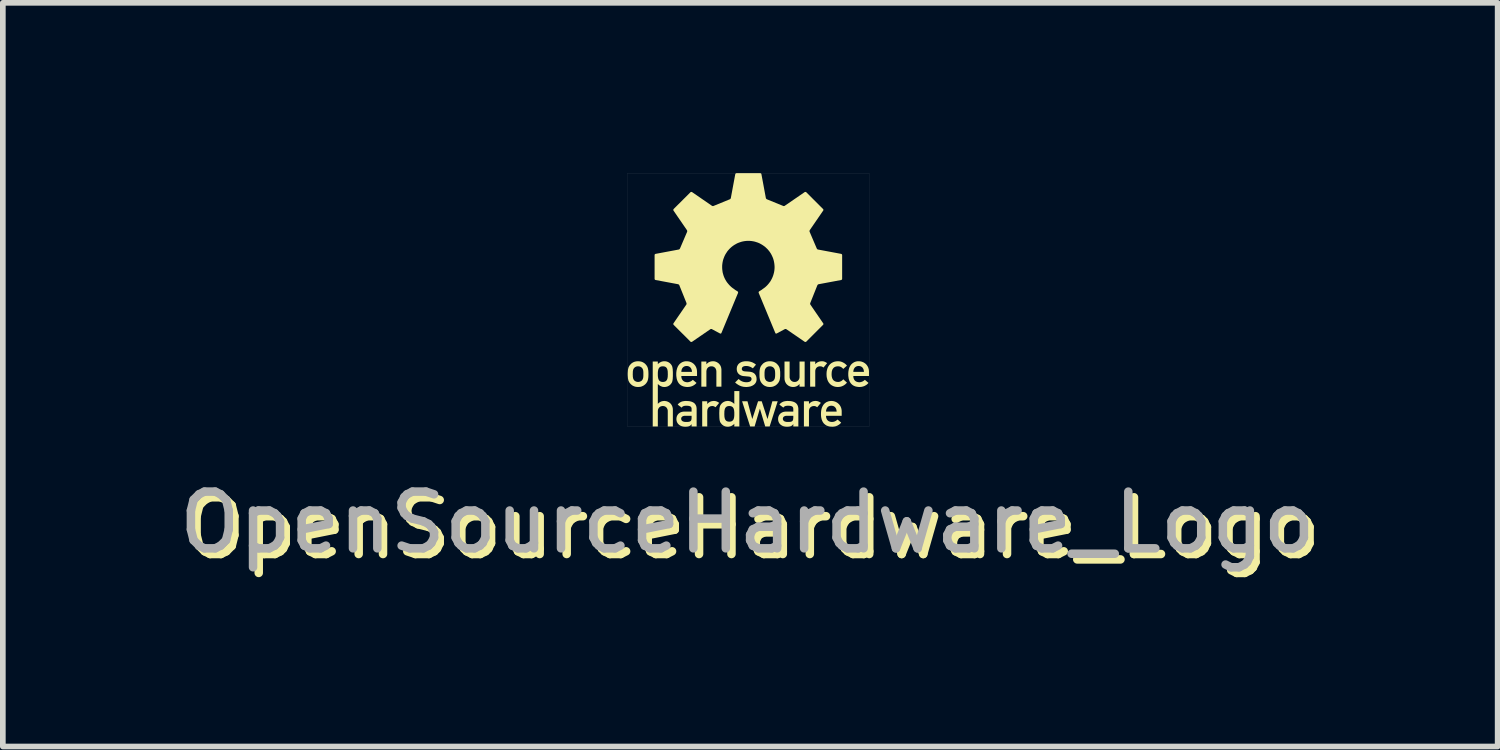
<source format=kicad_pcb>
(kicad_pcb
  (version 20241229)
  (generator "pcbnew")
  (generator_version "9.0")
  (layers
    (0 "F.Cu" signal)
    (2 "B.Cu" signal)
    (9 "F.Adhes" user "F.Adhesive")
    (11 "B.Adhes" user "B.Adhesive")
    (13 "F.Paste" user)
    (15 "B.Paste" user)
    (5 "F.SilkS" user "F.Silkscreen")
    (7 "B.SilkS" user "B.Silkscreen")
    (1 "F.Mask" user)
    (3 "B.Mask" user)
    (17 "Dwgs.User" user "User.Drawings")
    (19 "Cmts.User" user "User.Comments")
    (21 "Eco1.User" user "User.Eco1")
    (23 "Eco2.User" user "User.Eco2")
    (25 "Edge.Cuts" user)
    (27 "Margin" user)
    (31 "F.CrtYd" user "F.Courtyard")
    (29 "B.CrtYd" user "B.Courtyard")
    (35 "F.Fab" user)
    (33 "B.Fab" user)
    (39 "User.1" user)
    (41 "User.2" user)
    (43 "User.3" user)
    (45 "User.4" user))
  (footprint "OpenSourceHardware_Logo"
    (layer "F.Cu")
    (at 10.15 2.236)
    (property "Reference" "OpenSourceHardware_Logo" (at 0.075 4.025 0) (unlocked yes) (layer "F.SilkS") (effects (font (size 1 1) (thickness 0.15))))
    (attr smd exclude_from_bom)
    (fp_poly (pts (xy 0.06 2.098) (xy 0.062 2.098) (xy 0.163 1.787) (xy 0.227 1.787) (xy 0.328 2.098) (xy 0.33 2.098) (xy 0.415 1.787) (xy 0.509 1.787) (xy 0.367 2.231) (xy 0.289 2.231) (xy 0.196 1.92) (xy 0.194 1.92) (xy 0.102 2.231) (xy 0.023 2.231) (xy -0.119 1.787) (xy -0.024 1.787)) (stroke (width 0) (type solid)) (fill yes) (layer "F.SilkS"))
    (fp_poly (pts (xy -0.609 1.782) (xy -0.602 1.783) (xy -0.596 1.783) (xy -0.59 1.784) (xy -0.583 1.786) (xy -0.577 1.787) (xy -0.571 1.789) (xy -0.566 1.791) (xy -0.56 1.794) (xy -0.554 1.796) (xy -0.549 1.799) (xy -0.544 1.802) (xy -0.538 1.805) (xy -0.533 1.809) (xy -0.528 1.812) (xy -0.523 1.816) (xy -0.587 1.893) (xy -0.591 1.89) (xy -0.595 1.888) (xy -0.599 1.885) (xy -0.602 1.883) (xy -0.606 1.881) (xy -0.609 1.879) (xy -0.613 1.878) (xy -0.616 1.876) (xy -0.619 1.875) (xy -0.623 1.874) (xy -0.626 1.873) (xy -0.63 1.872) (xy -0.634 1.872) (xy -0.638 1.872) (xy -0.642 1.871) (xy -0.646 1.871) (xy -0.654 1.872) (xy -0.662 1.873) (xy -0.67 1.874) (xy -0.678 1.877) (xy -0.682 1.878) (xy -0.685 1.88) (xy -0.689 1.882) (xy -0.693 1.884) (xy -0.696 1.886) (xy -0.699 1.888) (xy -0.703 1.891) (xy -0.706 1.893) (xy -0.709 1.896) (xy -0.711 1.899) (xy -0.714 1.903) (xy -0.717 1.906) (xy -0.719 1.91) (xy -0.721 1.914) (xy -0.723 1.918) (xy -0.725 1.922) (xy -0.727 1.927) (xy -0.728 1.931) (xy -0.73 1.936) (xy -0.731 1.941) (xy -0.731 1.947) (xy -0.732 1.952) (xy -0.732 1.958) (xy -0.733 1.964) (xy -0.733 2.231) (xy -0.822 2.231) (xy -0.822 1.787) (xy -0.733 1.787) (xy -0.733 1.835) (xy -0.731 1.835) (xy -0.725 1.828) (xy -0.72 1.822) (xy -0.714 1.817) (xy -0.708 1.812) (xy -0.701 1.807) (xy -0.694 1.803) (xy -0.687 1.799) (xy -0.68 1.795) (xy -0.673 1.792) (xy -0.665 1.789) (xy -0.657 1.787) (xy -0.649 1.785) (xy -0.641 1.784) (xy -0.633 1.783) (xy -0.624 1.782) (xy -0.615 1.782)) (stroke (width 0) (type solid)) (fill yes) (layer "F.SilkS"))
    (fp_poly (pts (xy 1.184 1.782) (xy 1.19 1.783) (xy 1.197 1.783) (xy 1.203 1.784) (xy 1.209 1.786) (xy 1.215 1.787) (xy 1.221 1.789) (xy 1.227 1.791) (xy 1.233 1.794) (xy 1.238 1.796) (xy 1.244 1.799) (xy 1.249 1.802) (xy 1.254 1.805) (xy 1.26 1.809) (xy 1.265 1.812) (xy 1.27 1.816) (xy 1.205 1.893) (xy 1.201 1.89) (xy 1.198 1.888) (xy 1.194 1.885) (xy 1.19 1.883) (xy 1.187 1.881) (xy 1.183 1.879) (xy 1.18 1.878) (xy 1.177 1.876) (xy 1.173 1.875) (xy 1.17 1.874) (xy 1.166 1.873) (xy 1.162 1.872) (xy 1.159 1.872) (xy 1.155 1.872) (xy 1.151 1.871) (xy 1.147 1.871) (xy 1.138 1.872) (xy 1.13 1.873) (xy 1.122 1.874) (xy 1.115 1.877) (xy 1.111 1.878) (xy 1.107 1.88) (xy 1.103 1.882) (xy 1.1 1.884) (xy 1.097 1.886) (xy 1.093 1.888) (xy 1.09 1.891) (xy 1.087 1.893) (xy 1.084 1.896) (xy 1.081 1.899) (xy 1.078 1.903) (xy 1.076 1.906) (xy 1.073 1.91) (xy 1.071 1.914) (xy 1.069 1.918) (xy 1.067 1.922) (xy 1.066 1.927) (xy 1.064 1.931) (xy 1.063 1.936) (xy 1.062 1.941) (xy 1.061 1.947) (xy 1.06 1.952) (xy 1.06 1.958) (xy 1.06 1.964) (xy 1.06 2.231) (xy 0.971 2.231) (xy 0.971 1.787) (xy 1.06 1.787) (xy 1.06 1.835) (xy 1.062 1.835) (xy 1.067 1.828) (xy 1.073 1.822) (xy 1.079 1.817) (xy 1.085 1.812) (xy 1.091 1.807) (xy 1.098 1.803) (xy 1.105 1.799) (xy 1.112 1.795) (xy 1.12 1.792) (xy 1.127 1.789) (xy 1.135 1.787) (xy 1.143 1.785) (xy 1.151 1.784) (xy 1.16 1.783) (xy 1.168 1.782) (xy 1.177 1.782)) (stroke (width 0) (type solid)) (fill yes) (layer "F.SilkS"))
    (fp_poly (pts (xy 1.294 1.082) (xy 1.301 1.082) (xy 1.307 1.083) (xy 1.314 1.084) (xy 1.32 1.085) (xy 1.326 1.087) (xy 1.332 1.089) (xy 1.337 1.091) (xy 1.343 1.093) (xy 1.349 1.096) (xy 1.354 1.099) (xy 1.36 1.102) (xy 1.365 1.105) (xy 1.37 1.108) (xy 1.375 1.112) (xy 1.38 1.116) (xy 1.316 1.193) (xy 1.312 1.19) (xy 1.308 1.187) (xy 1.304 1.185) (xy 1.301 1.183) (xy 1.297 1.181) (xy 1.294 1.179) (xy 1.291 1.177) (xy 1.287 1.176) (xy 1.284 1.175) (xy 1.28 1.174) (xy 1.277 1.173) (xy 1.273 1.172) (xy 1.269 1.172) (xy 1.265 1.171) (xy 1.261 1.171) (xy 1.257 1.171) (xy 1.249 1.171) (xy 1.241 1.172) (xy 1.233 1.174) (xy 1.225 1.176) (xy 1.221 1.178) (xy 1.218 1.179) (xy 1.214 1.181) (xy 1.211 1.183) (xy 1.207 1.185) (xy 1.204 1.188) (xy 1.201 1.19) (xy 1.197 1.193) (xy 1.194 1.196) (xy 1.192 1.199) (xy 1.189 1.202) (xy 1.186 1.206) (xy 1.184 1.21) (xy 1.182 1.213) (xy 1.18 1.218) (xy 1.178 1.222) (xy 1.176 1.226) (xy 1.175 1.231) (xy 1.174 1.236) (xy 1.172 1.241) (xy 1.172 1.246) (xy 1.171 1.252) (xy 1.171 1.258) (xy 1.171 1.264) (xy 1.171 1.53) (xy 1.081 1.53) (xy 1.081 1.087) (xy 1.171 1.087) (xy 1.171 1.134) (xy 1.172 1.134) (xy 1.178 1.128) (xy 1.183 1.122) (xy 1.189 1.116) (xy 1.195 1.111) (xy 1.202 1.107) (xy 1.209 1.102) (xy 1.216 1.098) (xy 1.223 1.095) (xy 1.23 1.092) (xy 1.238 1.089) (xy 1.246 1.087) (xy 1.254 1.085) (xy 1.262 1.084) (xy 1.27 1.083) (xy 1.279 1.082) (xy 1.288 1.082)) (stroke (width 0) (type solid)) (fill yes) (layer "F.SilkS"))
    (fp_poly (pts (xy -0.624 1.082) (xy -0.618 1.082) (xy -0.605 1.084) (xy -0.591 1.087) (xy -0.579 1.092) (xy -0.572 1.094) (xy -0.566 1.097) (xy -0.56 1.1) (xy -0.554 1.104) (xy -0.548 1.108) (xy -0.542 1.112) (xy -0.536 1.116) (xy -0.531 1.121) (xy -0.526 1.126) (xy -0.521 1.131) (xy -0.516 1.137) (xy -0.512 1.143) (xy -0.507 1.149) (xy -0.503 1.155) (xy -0.5 1.162) (xy -0.496 1.169) (xy -0.493 1.177) (xy -0.491 1.184) (xy -0.488 1.192) (xy -0.487 1.2) (xy -0.485 1.209) (xy -0.484 1.217) (xy -0.483 1.226) (xy -0.483 1.236) (xy -0.483 1.53) (xy -0.572 1.53) (xy -0.572 1.266) (xy -0.572 1.261) (xy -0.573 1.255) (xy -0.573 1.25) (xy -0.574 1.245) (xy -0.575 1.24) (xy -0.576 1.235) (xy -0.577 1.23) (xy -0.579 1.226) (xy -0.581 1.222) (xy -0.582 1.217) (xy -0.584 1.213) (xy -0.587 1.21) (xy -0.589 1.206) (xy -0.592 1.202) (xy -0.594 1.199) (xy -0.597 1.196) (xy -0.6 1.193) (xy -0.603 1.19) (xy -0.607 1.188) (xy -0.61 1.185) (xy -0.614 1.183) (xy -0.617 1.181) (xy -0.621 1.179) (xy -0.625 1.177) (xy -0.629 1.176) (xy -0.633 1.175) (xy -0.637 1.173) (xy -0.642 1.173) (xy -0.646 1.172) (xy -0.65 1.171) (xy -0.655 1.171) (xy -0.66 1.171) (xy -0.664 1.171) (xy -0.669 1.171) (xy -0.674 1.172) (xy -0.678 1.173) (xy -0.682 1.173) (xy -0.687 1.175) (xy -0.691 1.176) (xy -0.695 1.177) (xy -0.699 1.179) (xy -0.703 1.181) (xy -0.706 1.183) (xy -0.71 1.185) (xy -0.713 1.188) (xy -0.717 1.19) (xy -0.72 1.193) (xy -0.723 1.196) (xy -0.726 1.199) (xy -0.728 1.202) (xy -0.731 1.206) (xy -0.733 1.21) (xy -0.736 1.213) (xy -0.738 1.217) (xy -0.74 1.222) (xy -0.741 1.226) (xy -0.743 1.23) (xy -0.744 1.235) (xy -0.745 1.24) (xy -0.746 1.245) (xy -0.747 1.25) (xy -0.748 1.255) (xy -0.748 1.261) (xy -0.748 1.266) (xy -0.748 1.53) (xy -0.837 1.53) (xy -0.837 1.087) (xy -0.748 1.087) (xy -0.748 1.134) (xy -0.746 1.134) (xy -0.741 1.128) (xy -0.735 1.122) (xy -0.729 1.116) (xy -0.723 1.111) (xy -0.717 1.107) (xy -0.71 1.102) (xy -0.703 1.098) (xy -0.696 1.095) (xy -0.688 1.092) (xy -0.681 1.089) (xy -0.673 1.087) (xy -0.665 1.085) (xy -0.657 1.084) (xy -0.648 1.083) (xy -0.64 1.082) (xy -0.631 1.082)) (stroke (width 0) (type solid)) (fill yes) (layer "F.SilkS"))
    (fp_poly (pts (xy 0.719 1.351) (xy 0.719 1.357) (xy 0.719 1.362) (xy 0.719 1.367) (xy 0.72 1.373) (xy 0.721 1.378) (xy 0.722 1.382) (xy 0.724 1.387) (xy 0.725 1.391) (xy 0.727 1.396) (xy 0.729 1.4) (xy 0.731 1.404) (xy 0.733 1.408) (xy 0.736 1.411) (xy 0.738 1.415) (xy 0.741 1.418) (xy 0.744 1.421) (xy 0.747 1.424) (xy 0.75 1.427) (xy 0.753 1.43) (xy 0.757 1.432) (xy 0.76 1.434) (xy 0.764 1.437) (xy 0.768 1.438) (xy 0.772 1.44) (xy 0.776 1.442) (xy 0.78 1.443) (xy 0.784 1.444) (xy 0.789 1.445) (xy 0.793 1.446) (xy 0.798 1.446) (xy 0.802 1.446) (xy 0.807 1.446) (xy 0.811 1.446) (xy 0.816 1.446) (xy 0.821 1.446) (xy 0.825 1.445) (xy 0.829 1.444) (xy 0.833 1.443) (xy 0.838 1.442) (xy 0.842 1.44) (xy 0.845 1.438) (xy 0.849 1.437) (xy 0.853 1.434) (xy 0.856 1.432) (xy 0.86 1.43) (xy 0.863 1.427) (xy 0.866 1.424) (xy 0.869 1.421) (xy 0.872 1.418) (xy 0.875 1.415) (xy 0.877 1.411) (xy 0.88 1.408) (xy 0.882 1.404) (xy 0.884 1.4) (xy 0.886 1.396) (xy 0.888 1.391) (xy 0.889 1.387) (xy 0.891 1.382) (xy 0.892 1.378) (xy 0.893 1.373) (xy 0.893 1.367) (xy 0.894 1.362) (xy 0.894 1.357) (xy 0.894 1.351) (xy 0.894 1.087) (xy 0.984 1.087) (xy 0.984 1.53) (xy 0.894 1.53) (xy 0.894 1.483) (xy 0.893 1.483) (xy 0.887 1.49) (xy 0.882 1.495) (xy 0.876 1.501) (xy 0.869 1.506) (xy 0.863 1.511) (xy 0.856 1.515) (xy 0.849 1.519) (xy 0.842 1.523) (xy 0.835 1.526) (xy 0.827 1.528) (xy 0.819 1.531) (xy 0.812 1.532) (xy 0.803 1.534) (xy 0.795 1.535) (xy 0.787 1.535) (xy 0.778 1.536) (xy 0.771 1.535) (xy 0.765 1.535) (xy 0.752 1.533) (xy 0.738 1.53) (xy 0.732 1.528) (xy 0.725 1.526) (xy 0.719 1.523) (xy 0.713 1.52) (xy 0.706 1.517) (xy 0.7 1.513) (xy 0.694 1.51) (xy 0.689 1.506) (xy 0.683 1.501) (xy 0.677 1.496) (xy 0.672 1.491) (xy 0.667 1.486) (xy 0.662 1.481) (xy 0.658 1.475) (xy 0.654 1.468) (xy 0.65 1.462) (xy 0.646 1.455) (xy 0.643 1.448) (xy 0.64 1.441) (xy 0.637 1.433) (xy 0.635 1.425) (xy 0.633 1.417) (xy 0.631 1.409) (xy 0.63 1.4) (xy 0.63 1.391) (xy 0.629 1.382) (xy 0.629 1.087) (xy 0.719 1.087)) (stroke (width 0) (type solid)) (fill yes) (layer "F.SilkS"))
    (fp_poly (pts (xy 1.577 1.082) (xy 1.583 1.082) (xy 1.59 1.083) (xy 1.596 1.083) (xy 1.607 1.085) (xy 1.619 1.087) (xy 1.63 1.091) (xy 1.641 1.094) (xy 1.651 1.099) (xy 1.661 1.104) (xy 1.671 1.109) (xy 1.681 1.115) (xy 1.69 1.121) (xy 1.699 1.128) (xy 1.707 1.135) (xy 1.715 1.143) (xy 1.723 1.151) (xy 1.73 1.159) (xy 1.665 1.217) (xy 1.66 1.212) (xy 1.656 1.208) (xy 1.651 1.203) (xy 1.646 1.199) (xy 1.641 1.195) (xy 1.636 1.191) (xy 1.631 1.187) (xy 1.625 1.184) (xy 1.619 1.181) (xy 1.613 1.179) (xy 1.607 1.176) (xy 1.601 1.174) (xy 1.595 1.173) (xy 1.588 1.172) (xy 1.581 1.171) (xy 1.575 1.171) (xy 1.561 1.171) (xy 1.549 1.173) (xy 1.543 1.174) (xy 1.537 1.175) (xy 1.531 1.177) (xy 1.526 1.179) (xy 1.521 1.181) (xy 1.516 1.183) (xy 1.511 1.186) (xy 1.506 1.189) (xy 1.502 1.192) (xy 1.497 1.196) (xy 1.493 1.2) (xy 1.49 1.204) (xy 1.486 1.208) (xy 1.483 1.213) (xy 1.479 1.218) (xy 1.476 1.223) (xy 1.474 1.228) (xy 1.471 1.234) (xy 1.469 1.24) (xy 1.467 1.247) (xy 1.465 1.253) (xy 1.463 1.26) (xy 1.462 1.268) (xy 1.461 1.275) (xy 1.46 1.292) (xy 1.459 1.309) (xy 1.459 1.318) (xy 1.46 1.327) (xy 1.46 1.335) (xy 1.461 1.343) (xy 1.462 1.35) (xy 1.463 1.358) (xy 1.465 1.364) (xy 1.467 1.371) (xy 1.469 1.378) (xy 1.471 1.384) (xy 1.474 1.389) (xy 1.476 1.395) (xy 1.479 1.4) (xy 1.483 1.405) (xy 1.486 1.41) (xy 1.49 1.414) (xy 1.493 1.418) (xy 1.497 1.422) (xy 1.502 1.425) (xy 1.506 1.428) (xy 1.511 1.431) (xy 1.516 1.434) (xy 1.521 1.436) (xy 1.526 1.439) (xy 1.531 1.44) (xy 1.537 1.442) (xy 1.543 1.443) (xy 1.549 1.445) (xy 1.555 1.445) (xy 1.561 1.446) (xy 1.568 1.446) (xy 1.575 1.446) (xy 1.578 1.446) (xy 1.581 1.446) (xy 1.585 1.446) (xy 1.588 1.446) (xy 1.595 1.445) (xy 1.601 1.443) (xy 1.607 1.441) (xy 1.613 1.439) (xy 1.619 1.436) (xy 1.625 1.433) (xy 1.631 1.43) (xy 1.636 1.427) (xy 1.641 1.423) (xy 1.646 1.419) (xy 1.651 1.414) (xy 1.656 1.41) (xy 1.66 1.405) (xy 1.665 1.4) (xy 1.73 1.459) (xy 1.723 1.467) (xy 1.715 1.475) (xy 1.707 1.482) (xy 1.699 1.49) (xy 1.69 1.496) (xy 1.681 1.503) (xy 1.671 1.509) (xy 1.661 1.514) (xy 1.651 1.519) (xy 1.641 1.523) (xy 1.63 1.527) (xy 1.619 1.53) (xy 1.607 1.532) (xy 1.596 1.534) (xy 1.583 1.535) (xy 1.571 1.536) (xy 1.552 1.535) (xy 1.533 1.533) (xy 1.514 1.529) (xy 1.496 1.523) (xy 1.488 1.52) (xy 1.479 1.516) (xy 1.471 1.511) (xy 1.462 1.507) (xy 1.454 1.501) (xy 1.447 1.496) (xy 1.439 1.49) (xy 1.432 1.483) (xy 1.425 1.476) (xy 1.419 1.468) (xy 1.412 1.46) (xy 1.407 1.452) (xy 1.401 1.443) (xy 1.396 1.433) (xy 1.391 1.423) (xy 1.387 1.413) (xy 1.383 1.402) (xy 1.38 1.39) (xy 1.377 1.378) (xy 1.374 1.365) (xy 1.372 1.352) (xy 1.371 1.338) (xy 1.37 1.324) (xy 1.37 1.309) (xy 1.37 1.294) (xy 1.371 1.28) (xy 1.372 1.266) (xy 1.374 1.253) (xy 1.377 1.24) (xy 1.38 1.228) (xy 1.383 1.216) (xy 1.387 1.205) (xy 1.391 1.194) (xy 1.396 1.184) (xy 1.401 1.175) (xy 1.407 1.166) (xy 1.412 1.157) (xy 1.419 1.149) (xy 1.425 1.142) (xy 1.432 1.134) (xy 1.439 1.128) (xy 1.447 1.122) (xy 1.454 1.116) (xy 1.462 1.111) (xy 1.471 1.106) (xy 1.479 1.102) (xy 1.488 1.098) (xy 1.496 1.094) (xy 1.505 1.091) (xy 1.514 1.089) (xy 1.524 1.087) (xy 1.533 1.085) (xy 1.542 1.083) (xy 1.552 1.083) (xy 1.571 1.082)) (stroke (width 0) (type solid)) (fill yes) (layer "F.SilkS"))
    (fp_poly (pts (xy -0.167 2.231) (xy -0.256 2.231) (xy -0.256 2.184) (xy -0.261 2.19) (xy -0.267 2.195) (xy -0.273 2.201) (xy -0.279 2.205) (xy -0.286 2.21) (xy -0.292 2.214) (xy -0.299 2.218) (xy -0.307 2.222) (xy -0.314 2.225) (xy -0.322 2.228) (xy -0.329 2.23) (xy -0.337 2.232) (xy -0.345 2.234) (xy -0.354 2.235) (xy -0.362 2.236) (xy -0.37 2.236) (xy -0.375 2.236) (xy -0.38 2.236) (xy -0.385 2.235) (xy -0.39 2.235) (xy -0.395 2.234) (xy -0.399 2.234) (xy -0.404 2.233) (xy -0.408 2.232) (xy -0.413 2.231) (xy -0.417 2.229) (xy -0.421 2.228) (xy -0.425 2.227) (xy -0.429 2.225) (xy -0.433 2.223) (xy -0.441 2.22) (xy -0.448 2.216) (xy -0.455 2.211) (xy -0.461 2.206) (xy -0.468 2.201) (xy -0.474 2.196) (xy -0.479 2.19) (xy -0.484 2.184) (xy -0.489 2.178) (xy -0.494 2.172) (xy -0.498 2.166) (xy -0.501 2.16) (xy -0.505 2.154) (xy -0.507 2.147) (xy -0.51 2.14) (xy -0.512 2.132) (xy -0.514 2.123) (xy -0.516 2.113) (xy -0.517 2.102) (xy -0.518 2.09) (xy -0.519 2.077) (xy -0.52 2.046) (xy -0.521 2.009) (xy -0.432 2.009) (xy -0.432 2.022) (xy -0.431 2.034) (xy -0.431 2.047) (xy -0.43 2.059) (xy -0.428 2.071) (xy -0.427 2.077) (xy -0.426 2.083) (xy -0.424 2.088) (xy -0.423 2.094) (xy -0.421 2.099) (xy -0.419 2.104) (xy -0.417 2.108) (xy -0.414 2.113) (xy -0.411 2.117) (xy -0.408 2.121) (xy -0.405 2.125) (xy -0.401 2.129) (xy -0.397 2.132) (xy -0.393 2.135) (xy -0.388 2.138) (xy -0.383 2.14) (xy -0.377 2.142) (xy -0.371 2.144) (xy -0.365 2.145) (xy -0.358 2.146) (xy -0.351 2.147) (xy -0.343 2.147) (xy -0.336 2.147) (xy -0.329 2.146) (xy -0.322 2.145) (xy -0.316 2.144) (xy -0.31 2.142) (xy -0.304 2.14) (xy -0.299 2.137) (xy -0.295 2.134) (xy -0.29 2.131) (xy -0.286 2.128) (xy -0.282 2.124) (xy -0.279 2.12) (xy -0.276 2.116) (xy -0.273 2.112) (xy -0.271 2.107) (xy -0.268 2.102) (xy -0.266 2.097) (xy -0.265 2.092) (xy -0.262 2.081) (xy -0.259 2.069) (xy -0.258 2.058) (xy -0.257 2.045) (xy -0.256 2.033) (xy -0.256 2.009) (xy -0.256 1.997) (xy -0.256 1.984) (xy -0.257 1.972) (xy -0.258 1.96) (xy -0.259 1.949) (xy -0.26 1.943) (xy -0.262 1.937) (xy -0.263 1.932) (xy -0.265 1.926) (xy -0.266 1.921) (xy -0.268 1.916) (xy -0.271 1.911) (xy -0.273 1.907) (xy -0.276 1.902) (xy -0.279 1.898) (xy -0.282 1.894) (xy -0.286 1.89) (xy -0.29 1.887) (xy -0.295 1.884) (xy -0.299 1.881) (xy -0.304 1.879) (xy -0.31 1.876) (xy -0.316 1.875) (xy -0.322 1.873) (xy -0.329 1.872) (xy -0.336 1.872) (xy -0.343 1.871) (xy -0.351 1.871) (xy -0.358 1.872) (xy -0.365 1.873) (xy -0.371 1.874) (xy -0.377 1.876) (xy -0.383 1.878) (xy -0.388 1.88) (xy -0.393 1.883) (xy -0.397 1.886) (xy -0.401 1.889) (xy -0.405 1.893) (xy -0.408 1.897) (xy -0.411 1.901) (xy -0.414 1.905) (xy -0.417 1.91) (xy -0.419 1.914) (xy -0.421 1.919) (xy -0.423 1.924) (xy -0.426 1.935) (xy -0.428 1.947) (xy -0.43 1.958) (xy -0.431 1.971) (xy -0.431 1.983) (xy -0.432 2.009) (xy -0.521 2.009) (xy -0.521 1.989) (xy -0.52 1.972) (xy -0.52 1.955) (xy -0.519 1.941) (xy -0.518 1.928) (xy -0.517 1.916) (xy -0.516 1.905) (xy -0.514 1.895) (xy -0.512 1.887) (xy -0.511 1.882) (xy -0.51 1.878) (xy -0.509 1.875) (xy -0.507 1.871) (xy -0.506 1.868) (xy -0.505 1.864) (xy -0.501 1.858) (xy -0.498 1.852) (xy -0.494 1.846) (xy -0.489 1.84) (xy -0.484 1.834) (xy -0.479 1.828) (xy -0.474 1.822) (xy -0.468 1.817) (xy -0.461 1.812) (xy -0.455 1.807) (xy -0.448 1.803) (xy -0.441 1.799) (xy -0.433 1.795) (xy -0.425 1.792) (xy -0.417 1.789) (xy -0.408 1.786) (xy -0.399 1.785) (xy -0.39 1.783) (xy -0.38 1.782) (xy -0.37 1.782) (xy -0.362 1.782) (xy -0.354 1.783) (xy -0.346 1.784) (xy -0.338 1.786) (xy -0.33 1.788) (xy -0.323 1.79) (xy -0.316 1.793) (xy -0.309 1.797) (xy -0.302 1.8) (xy -0.295 1.804) (xy -0.288 1.808) (xy -0.281 1.813) (xy -0.275 1.818) (xy -0.268 1.823) (xy -0.262 1.829) (xy -0.256 1.835) (xy -0.256 1.608) (xy -0.167 1.608)) (stroke (width 0) (type solid)) (fill yes) (layer "F.SilkS"))
    (fp_poly (pts (xy -1.087 1.082) (xy -1.078 1.083) (xy -1.069 1.084) (xy -1.06 1.085) (xy -1.051 1.087) (xy -1.043 1.089) (xy -1.034 1.092) (xy -1.026 1.095) (xy -1.018 1.098) (xy -1.01 1.102) (xy -1.003 1.106) (xy -0.995 1.111) (xy -0.988 1.116) (xy -0.981 1.121) (xy -0.974 1.126) (xy -0.968 1.132) (xy -0.962 1.139) (xy -0.956 1.145) (xy -0.951 1.152) (xy -0.945 1.159) (xy -0.94 1.167) (xy -0.936 1.175) (xy -0.932 1.183) (xy -0.928 1.191) (xy -0.925 1.2) (xy -0.922 1.209) (xy -0.919 1.218) (xy -0.917 1.228) (xy -0.916 1.238) (xy -0.914 1.248) (xy -0.914 1.258) (xy -0.913 1.269) (xy -0.913 1.342) (xy -1.19 1.342) (xy -1.19 1.349) (xy -1.189 1.356) (xy -1.189 1.362) (xy -1.188 1.368) (xy -1.187 1.374) (xy -1.185 1.379) (xy -1.184 1.385) (xy -1.182 1.39) (xy -1.18 1.395) (xy -1.177 1.4) (xy -1.175 1.405) (xy -1.172 1.409) (xy -1.169 1.413) (xy -1.166 1.417) (xy -1.163 1.421) (xy -1.16 1.424) (xy -1.156 1.428) (xy -1.152 1.431) (xy -1.148 1.434) (xy -1.144 1.436) (xy -1.14 1.439) (xy -1.136 1.441) (xy -1.131 1.443) (xy -1.126 1.445) (xy -1.121 1.446) (xy -1.116 1.448) (xy -1.111 1.449) (xy -1.106 1.45) (xy -1.101 1.451) (xy -1.095 1.451) (xy -1.09 1.452) (xy -1.084 1.452) (xy -1.077 1.452) (xy -1.071 1.451) (xy -1.064 1.45) (xy -1.058 1.449) (xy -1.052 1.447) (xy -1.045 1.445) (xy -1.039 1.443) (xy -1.032 1.44) (xy -1.026 1.438) (xy -1.02 1.434) (xy -1.014 1.431) (xy -1.008 1.427) (xy -1.003 1.423) (xy -0.997 1.418) (xy -0.992 1.414) (xy -0.987 1.409) (xy -0.922 1.464) (xy -0.93 1.473) (xy -0.939 1.482) (xy -0.948 1.489) (xy -0.957 1.497) (xy -0.967 1.503) (xy -0.976 1.509) (xy -0.986 1.514) (xy -0.996 1.519) (xy -1.006 1.523) (xy -1.017 1.526) (xy -1.027 1.529) (xy -1.038 1.532) (xy -1.049 1.533) (xy -1.06 1.535) (xy -1.071 1.535) (xy -1.082 1.536) (xy -1.099 1.535) (xy -1.117 1.533) (xy -1.134 1.53) (xy -1.151 1.526) (xy -1.168 1.52) (xy -1.176 1.516) (xy -1.184 1.512) (xy -1.192 1.508) (xy -1.2 1.503) (xy -1.207 1.497) (xy -1.215 1.491) (xy -1.222 1.484) (xy -1.228 1.477) (xy -1.235 1.47) (xy -1.241 1.461) (xy -1.246 1.452) (xy -1.252 1.443) (xy -1.256 1.433) (xy -1.261 1.422) (xy -1.265 1.411) (xy -1.269 1.398) (xy -1.272 1.386) (xy -1.274 1.372) (xy -1.276 1.358) (xy -1.278 1.343) (xy -1.279 1.327) (xy -1.279 1.31) (xy -1.279 1.294) (xy -1.278 1.279) (xy -1.277 1.269) (xy -1.19 1.269) (xy -1.003 1.269) (xy -1.003 1.263) (xy -1.003 1.257) (xy -1.004 1.251) (xy -1.005 1.245) (xy -1.006 1.24) (xy -1.008 1.234) (xy -1.009 1.229) (xy -1.011 1.224) (xy -1.013 1.22) (xy -1.015 1.215) (xy -1.017 1.211) (xy -1.019 1.207) (xy -1.022 1.203) (xy -1.025 1.199) (xy -1.028 1.195) (xy -1.031 1.192) (xy -1.034 1.189) (xy -1.037 1.186) (xy -1.041 1.183) (xy -1.044 1.181) (xy -1.048 1.178) (xy -1.052 1.176) (xy -1.056 1.174) (xy -1.06 1.172) (xy -1.064 1.171) (xy -1.068 1.169) (xy -1.073 1.168) (xy -1.077 1.167) (xy -1.082 1.167) (xy -1.086 1.166) (xy -1.091 1.166) (xy -1.096 1.166) (xy -1.101 1.166) (xy -1.106 1.166) (xy -1.11 1.167) (xy -1.115 1.167) (xy -1.12 1.168) (xy -1.124 1.169) (xy -1.128 1.171) (xy -1.133 1.172) (xy -1.137 1.174) (xy -1.141 1.176) (xy -1.145 1.178) (xy -1.148 1.181) (xy -1.152 1.183) (xy -1.155 1.186) (xy -1.159 1.189) (xy -1.162 1.192) (xy -1.165 1.195) (xy -1.168 1.199) (xy -1.171 1.203) (xy -1.173 1.207) (xy -1.176 1.211) (xy -1.178 1.215) (xy -1.18 1.22) (xy -1.182 1.224) (xy -1.183 1.229) (xy -1.185 1.234) (xy -1.186 1.24) (xy -1.187 1.245) (xy -1.188 1.251) (xy -1.189 1.257) (xy -1.189 1.263) (xy -1.19 1.269) (xy -1.277 1.269) (xy -1.276 1.265) (xy -1.275 1.251) (xy -1.272 1.238) (xy -1.269 1.225) (xy -1.266 1.213) (xy -1.262 1.202) (xy -1.258 1.191) (xy -1.254 1.181) (xy -1.249 1.171) (xy -1.244 1.162) (xy -1.238 1.154) (xy -1.232 1.146) (xy -1.226 1.138) (xy -1.22 1.131) (xy -1.213 1.125) (xy -1.206 1.119) (xy -1.199 1.114) (xy -1.192 1.109) (xy -1.184 1.104) (xy -1.176 1.1) (xy -1.169 1.096) (xy -1.161 1.093) (xy -1.153 1.09) (xy -1.145 1.088) (xy -1.137 1.086) (xy -1.129 1.084) (xy -1.112 1.082) (xy -1.096 1.082)) (stroke (width 0) (type solid)) (fill yes) (layer "F.SilkS"))
    (fp_poly (pts (xy 1.463 1.782) (xy 1.473 1.783) (xy 1.481 1.784) (xy 1.49 1.785) (xy 1.499 1.787) (xy 1.508 1.79) (xy 1.516 1.792) (xy 1.524 1.795) (xy 1.532 1.799) (xy 1.54 1.802) (xy 1.548 1.807) (xy 1.555 1.811) (xy 1.562 1.816) (xy 1.569 1.821) (xy 1.576 1.827) (xy 1.582 1.833) (xy 1.589 1.839) (xy 1.594 1.846) (xy 1.6 1.852) (xy 1.605 1.86) (xy 1.61 1.867) (xy 1.614 1.875) (xy 1.619 1.883) (xy 1.622 1.892) (xy 1.626 1.9) (xy 1.629 1.909) (xy 1.631 1.919) (xy 1.633 1.928) (xy 1.635 1.938) (xy 1.636 1.948) (xy 1.637 1.959) (xy 1.637 1.969) (xy 1.637 2.043) (xy 1.361 2.043) (xy 1.361 2.049) (xy 1.361 2.056) (xy 1.362 2.062) (xy 1.363 2.068) (xy 1.364 2.074) (xy 1.365 2.08) (xy 1.367 2.085) (xy 1.369 2.09) (xy 1.371 2.095) (xy 1.373 2.1) (xy 1.375 2.105) (xy 1.378 2.109) (xy 1.381 2.113) (xy 1.384 2.117) (xy 1.387 2.121) (xy 1.391 2.125) (xy 1.394 2.128) (xy 1.398 2.131) (xy 1.402 2.134) (xy 1.406 2.137) (xy 1.41 2.139) (xy 1.415 2.141) (xy 1.419 2.143) (xy 1.424 2.145) (xy 1.429 2.147) (xy 1.434 2.148) (xy 1.439 2.149) (xy 1.444 2.15) (xy 1.45 2.151) (xy 1.455 2.152) (xy 1.461 2.152) (xy 1.467 2.152) (xy 1.473 2.152) (xy 1.479 2.151) (xy 1.486 2.15) (xy 1.492 2.149) (xy 1.499 2.148) (xy 1.505 2.146) (xy 1.512 2.143) (xy 1.518 2.141) (xy 1.524 2.138) (xy 1.53 2.135) (xy 1.536 2.131) (xy 1.542 2.127) (xy 1.548 2.123) (xy 1.553 2.119) (xy 1.559 2.114) (xy 1.564 2.109) (xy 1.628 2.164) (xy 1.62 2.173) (xy 1.611 2.182) (xy 1.602 2.19) (xy 1.593 2.197) (xy 1.584 2.203) (xy 1.574 2.209) (xy 1.564 2.215) (xy 1.554 2.219) (xy 1.544 2.223) (xy 1.534 2.227) (xy 1.523 2.23) (xy 1.512 2.232) (xy 1.501 2.234) (xy 1.49 2.235) (xy 1.479 2.236) (xy 1.468 2.236) (xy 1.451 2.235) (xy 1.434 2.234) (xy 1.416 2.231) (xy 1.399 2.226) (xy 1.382 2.22) (xy 1.374 2.217) (xy 1.366 2.213) (xy 1.358 2.208) (xy 1.351 2.203) (xy 1.343 2.197) (xy 1.336 2.191) (xy 1.329 2.185) (xy 1.322 2.178) (xy 1.316 2.17) (xy 1.31 2.162) (xy 1.304 2.153) (xy 1.299 2.143) (xy 1.294 2.133) (xy 1.29 2.122) (xy 1.285 2.111) (xy 1.282 2.099) (xy 1.279 2.086) (xy 1.276 2.072) (xy 1.274 2.058) (xy 1.273 2.043) (xy 1.272 2.027) (xy 1.272 2.01) (xy 1.272 1.995) (xy 1.273 1.979) (xy 1.274 1.969) (xy 1.361 1.969) (xy 1.548 1.969) (xy 1.548 1.963) (xy 1.547 1.957) (xy 1.546 1.951) (xy 1.545 1.945) (xy 1.544 1.94) (xy 1.543 1.935) (xy 1.541 1.93) (xy 1.54 1.925) (xy 1.538 1.92) (xy 1.536 1.915) (xy 1.533 1.911) (xy 1.531 1.907) (xy 1.528 1.903) (xy 1.526 1.899) (xy 1.523 1.896) (xy 1.52 1.892) (xy 1.517 1.889) (xy 1.513 1.886) (xy 1.51 1.883) (xy 1.506 1.881) (xy 1.503 1.879) (xy 1.499 1.876) (xy 1.495 1.874) (xy 1.491 1.873) (xy 1.487 1.871) (xy 1.482 1.87) (xy 1.478 1.869) (xy 1.473 1.868) (xy 1.469 1.867) (xy 1.464 1.866) (xy 1.459 1.866) (xy 1.454 1.866) (xy 1.449 1.866) (xy 1.445 1.866) (xy 1.44 1.867) (xy 1.435 1.868) (xy 1.431 1.869) (xy 1.426 1.87) (xy 1.422 1.871) (xy 1.418 1.873) (xy 1.414 1.874) (xy 1.41 1.876) (xy 1.406 1.879) (xy 1.402 1.881) (xy 1.399 1.883) (xy 1.395 1.886) (xy 1.392 1.889) (xy 1.389 1.892) (xy 1.385 1.896) (xy 1.383 1.899) (xy 1.38 1.903) (xy 1.377 1.907) (xy 1.375 1.911) (xy 1.373 1.915) (xy 1.371 1.92) (xy 1.369 1.925) (xy 1.367 1.93) (xy 1.366 1.935) (xy 1.364 1.94) (xy 1.363 1.945) (xy 1.362 1.951) (xy 1.362 1.957) (xy 1.361 1.963) (xy 1.361 1.969) (xy 1.274 1.969) (xy 1.274 1.965) (xy 1.276 1.951) (xy 1.278 1.938) (xy 1.281 1.925) (xy 1.284 1.913) (xy 1.288 1.902) (xy 1.292 1.891) (xy 1.297 1.881) (xy 1.302 1.871) (xy 1.307 1.862) (xy 1.312 1.854) (xy 1.318 1.846) (xy 1.324 1.839) (xy 1.331 1.832) (xy 1.337 1.825) (xy 1.344 1.819) (xy 1.352 1.814) (xy 1.359 1.809) (xy 1.366 1.804) (xy 1.374 1.8) (xy 1.382 1.797) (xy 1.39 1.794) (xy 1.398 1.791) (xy 1.406 1.788) (xy 1.414 1.786) (xy 1.422 1.785) (xy 1.438 1.783) (xy 1.454 1.782)) (stroke (width 0) (type solid)) (fill yes) (layer "F.SilkS"))
    (fp_poly (pts (xy 1.945 1.082) (xy 1.954 1.083) (xy 1.963 1.084) (xy 1.972 1.085) (xy 1.98 1.087) (xy 1.989 1.089) (xy 1.997 1.092) (xy 2.005 1.095) (xy 2.014 1.098) (xy 2.021 1.102) (xy 2.029 1.106) (xy 2.036 1.111) (xy 2.044 1.116) (xy 2.051 1.121) (xy 2.057 1.126) (xy 2.064 1.132) (xy 2.07 1.139) (xy 2.076 1.145) (xy 2.081 1.152) (xy 2.086 1.159) (xy 2.091 1.167) (xy 2.096 1.175) (xy 2.1 1.183) (xy 2.104 1.191) (xy 2.107 1.2) (xy 2.11 1.209) (xy 2.112 1.218) (xy 2.115 1.228) (xy 2.116 1.238) (xy 2.117 1.248) (xy 2.118 1.258) (xy 2.118 1.269) (xy 2.118 1.342) (xy 1.842 1.342) (xy 1.842 1.349) (xy 1.843 1.356) (xy 1.843 1.362) (xy 1.844 1.368) (xy 1.845 1.374) (xy 1.847 1.379) (xy 1.848 1.385) (xy 1.85 1.39) (xy 1.852 1.395) (xy 1.854 1.4) (xy 1.857 1.405) (xy 1.859 1.409) (xy 1.862 1.413) (xy 1.865 1.417) (xy 1.869 1.421) (xy 1.872 1.424) (xy 1.876 1.428) (xy 1.879 1.431) (xy 1.883 1.434) (xy 1.887 1.436) (xy 1.892 1.439) (xy 1.896 1.441) (xy 1.901 1.443) (xy 1.905 1.445) (xy 1.91 1.446) (xy 1.915 1.448) (xy 1.92 1.449) (xy 1.926 1.45) (xy 1.931 1.451) (xy 1.937 1.451) (xy 1.942 1.452) (xy 1.948 1.452) (xy 1.954 1.452) (xy 1.961 1.451) (xy 1.967 1.45) (xy 1.974 1.449) (xy 1.98 1.447) (xy 1.987 1.445) (xy 1.993 1.443) (xy 1.999 1.44) (xy 2.006 1.438) (xy 2.012 1.434) (xy 2.018 1.431) (xy 2.023 1.427) (xy 2.029 1.423) (xy 2.035 1.418) (xy 2.04 1.414) (xy 2.045 1.409) (xy 2.11 1.464) (xy 2.101 1.473) (xy 2.093 1.482) (xy 2.084 1.489) (xy 2.075 1.497) (xy 2.065 1.503) (xy 2.055 1.509) (xy 2.046 1.514) (xy 2.036 1.519) (xy 2.025 1.523) (xy 2.015 1.526) (xy 2.004 1.529) (xy 1.994 1.532) (xy 1.983 1.533) (xy 1.972 1.535) (xy 1.961 1.535) (xy 1.95 1.536) (xy 1.932 1.535) (xy 1.915 1.533) (xy 1.898 1.53) (xy 1.88 1.526) (xy 1.864 1.52) (xy 1.855 1.516) (xy 1.847 1.512) (xy 1.839 1.508) (xy 1.832 1.503) (xy 1.824 1.497) (xy 1.817 1.491) (xy 1.81 1.484) (xy 1.803 1.477) (xy 1.797 1.47) (xy 1.791 1.461) (xy 1.785 1.452) (xy 1.78 1.443) (xy 1.775 1.433) (xy 1.771 1.422) (xy 1.767 1.411) (xy 1.763 1.398) (xy 1.76 1.386) (xy 1.758 1.372) (xy 1.756 1.358) (xy 1.754 1.343) (xy 1.753 1.327) (xy 1.753 1.31) (xy 1.753 1.294) (xy 1.754 1.279) (xy 1.755 1.269) (xy 1.842 1.269) (xy 2.029 1.269) (xy 2.029 1.263) (xy 2.028 1.257) (xy 2.027 1.251) (xy 2.027 1.245) (xy 2.025 1.24) (xy 2.024 1.234) (xy 2.023 1.229) (xy 2.021 1.224) (xy 2.019 1.22) (xy 2.017 1.215) (xy 2.015 1.211) (xy 2.012 1.207) (xy 2.01 1.203) (xy 2.007 1.199) (xy 2.004 1.195) (xy 2.001 1.192) (xy 1.998 1.189) (xy 1.995 1.186) (xy 1.991 1.183) (xy 1.988 1.181) (xy 1.984 1.178) (xy 1.98 1.176) (xy 1.976 1.174) (xy 1.972 1.172) (xy 1.968 1.171) (xy 1.963 1.169) (xy 1.959 1.168) (xy 1.955 1.167) (xy 1.95 1.167) (xy 1.945 1.166) (xy 1.94 1.166) (xy 1.936 1.166) (xy 1.931 1.166) (xy 1.926 1.166) (xy 1.921 1.167) (xy 1.917 1.167) (xy 1.912 1.168) (xy 1.908 1.169) (xy 1.903 1.171) (xy 1.899 1.172) (xy 1.895 1.174) (xy 1.891 1.176) (xy 1.887 1.178) (xy 1.883 1.181) (xy 1.88 1.183) (xy 1.876 1.186) (xy 1.873 1.189) (xy 1.87 1.192) (xy 1.867 1.195) (xy 1.864 1.199) (xy 1.861 1.203) (xy 1.859 1.207) (xy 1.856 1.211) (xy 1.854 1.215) (xy 1.852 1.22) (xy 1.85 1.224) (xy 1.848 1.229) (xy 1.847 1.234) (xy 1.846 1.24) (xy 1.844 1.245) (xy 1.843 1.251) (xy 1.843 1.257) (xy 1.842 1.263) (xy 1.842 1.269) (xy 1.755 1.269) (xy 1.755 1.265) (xy 1.757 1.251) (xy 1.76 1.238) (xy 1.762 1.225) (xy 1.766 1.213) (xy 1.769 1.202) (xy 1.773 1.191) (xy 1.778 1.181) (xy 1.783 1.171) (xy 1.788 1.162) (xy 1.794 1.154) (xy 1.799 1.146) (xy 1.806 1.138) (xy 1.812 1.131) (xy 1.819 1.125) (xy 1.826 1.119) (xy 1.833 1.114) (xy 1.84 1.109) (xy 1.848 1.104) (xy 1.855 1.1) (xy 1.863 1.096) (xy 1.871 1.093) (xy 1.879 1.09) (xy 1.887 1.088) (xy 1.895 1.086) (xy 1.903 1.084) (xy 1.919 1.082) (xy 1.936 1.082)) (stroke (width 0) (type solid)) (fill yes) (layer "F.SilkS"))
    (fp_poly (pts (xy -1.084 1.783) (xy -1.065 1.784) (xy -1.047 1.786) (xy -1.038 1.788) (xy -1.029 1.79) (xy -1.021 1.792) (xy -1.013 1.794) (xy -1.005 1.797) (xy -0.998 1.8) (xy -0.991 1.803) (xy -0.984 1.806) (xy -0.977 1.81) (xy -0.971 1.814) (xy -0.965 1.819) (xy -0.959 1.823) (xy -0.954 1.828) (xy -0.949 1.834) (xy -0.945 1.84) (xy -0.94 1.846) (xy -0.937 1.852) (xy -0.933 1.859) (xy -0.93 1.866) (xy -0.927 1.874) (xy -0.925 1.882) (xy -0.923 1.891) (xy -0.922 1.899) (xy -0.921 1.909) (xy -0.92 1.918) (xy -0.92 1.928) (xy -0.92 2.231) (xy -1.009 2.231) (xy -1.009 2.191) (xy -1.011 2.191) (xy -1.014 2.197) (xy -1.018 2.202) (xy -1.022 2.207) (xy -1.027 2.211) (xy -1.032 2.215) (xy -1.037 2.219) (xy -1.043 2.222) (xy -1.05 2.225) (xy -1.056 2.228) (xy -1.064 2.23) (xy -1.072 2.232) (xy -1.08 2.233) (xy -1.089 2.235) (xy -1.099 2.235) (xy -1.109 2.236) (xy -1.12 2.236) (xy -1.129 2.236) (xy -1.138 2.235) (xy -1.147 2.235) (xy -1.155 2.233) (xy -1.163 2.232) (xy -1.171 2.23) (xy -1.179 2.228) (xy -1.186 2.226) (xy -1.193 2.223) (xy -1.2 2.22) (xy -1.207 2.217) (xy -1.213 2.213) (xy -1.219 2.21) (xy -1.225 2.206) (xy -1.23 2.202) (xy -1.235 2.197) (xy -1.24 2.192) (xy -1.245 2.188) (xy -1.249 2.182) (xy -1.253 2.177) (xy -1.257 2.172) (xy -1.26 2.166) (xy -1.263 2.16) (xy -1.266 2.154) (xy -1.268 2.148) (xy -1.271 2.142) (xy -1.272 2.135) (xy -1.274 2.128) (xy -1.275 2.122) (xy -1.276 2.115) (xy -1.276 2.108) (xy -1.277 2.1) (xy -1.276 2.096) (xy -1.193 2.096) (xy -1.192 2.102) (xy -1.191 2.107) (xy -1.19 2.112) (xy -1.188 2.117) (xy -1.187 2.12) (xy -1.185 2.122) (xy -1.184 2.125) (xy -1.182 2.127) (xy -1.18 2.129) (xy -1.178 2.131) (xy -1.176 2.133) (xy -1.173 2.135) (xy -1.171 2.137) (xy -1.168 2.139) (xy -1.165 2.141) (xy -1.162 2.142) (xy -1.158 2.144) (xy -1.155 2.145) (xy -1.151 2.146) (xy -1.147 2.147) (xy -1.139 2.149) (xy -1.13 2.151) (xy -1.12 2.152) (xy -1.109 2.152) (xy -1.095 2.152) (xy -1.083 2.152) (xy -1.072 2.151) (xy -1.062 2.15) (xy -1.057 2.149) (xy -1.053 2.148) (xy -1.048 2.147) (xy -1.044 2.146) (xy -1.041 2.145) (xy -1.037 2.143) (xy -1.034 2.141) (xy -1.031 2.139) (xy -1.028 2.137) (xy -1.025 2.135) (xy -1.023 2.133) (xy -1.021 2.13) (xy -1.019 2.127) (xy -1.017 2.124) (xy -1.015 2.12) (xy -1.014 2.116) (xy -1.013 2.112) (xy -1.012 2.108) (xy -1.011 2.103) (xy -1.01 2.098) (xy -1.01 2.093) (xy -1.009 2.087) (xy -1.009 2.081) (xy -1.009 2.075) (xy -1.009 2.043) (xy -1.116 2.043) (xy -1.12 2.043) (xy -1.125 2.043) (xy -1.13 2.043) (xy -1.134 2.044) (xy -1.138 2.044) (xy -1.142 2.045) (xy -1.146 2.046) (xy -1.15 2.046) (xy -1.153 2.047) (xy -1.157 2.049) (xy -1.16 2.05) (xy -1.163 2.051) (xy -1.166 2.052) (xy -1.169 2.054) (xy -1.171 2.056) (xy -1.174 2.057) (xy -1.176 2.059) (xy -1.178 2.061) (xy -1.18 2.063) (xy -1.182 2.065) (xy -1.184 2.067) (xy -1.185 2.069) (xy -1.187 2.072) (xy -1.188 2.074) (xy -1.189 2.077) (xy -1.19 2.079) (xy -1.191 2.082) (xy -1.191 2.085) (xy -1.192 2.087) (xy -1.192 2.09) (xy -1.193 2.093) (xy -1.193 2.096) (xy -1.276 2.096) (xy -1.276 2.094) (xy -1.276 2.087) (xy -1.275 2.081) (xy -1.274 2.074) (xy -1.273 2.068) (xy -1.271 2.062) (xy -1.27 2.056) (xy -1.267 2.05) (xy -1.265 2.044) (xy -1.262 2.039) (xy -1.259 2.033) (xy -1.256 2.028) (xy -1.252 2.023) (xy -1.249 2.018) (xy -1.245 2.013) (xy -1.24 2.008) (xy -1.235 2.004) (xy -1.231 2) (xy -1.225 1.996) (xy -1.22 1.992) (xy -1.214 1.989) (xy -1.208 1.985) (xy -1.202 1.982) (xy -1.195 1.98) (xy -1.188 1.977) (xy -1.181 1.975) (xy -1.174 1.973) (xy -1.166 1.972) (xy -1.158 1.971) (xy -1.15 1.97) (xy -1.141 1.969) (xy -1.132 1.969) (xy -1.009 1.969) (xy -1.009 1.923) (xy -1.009 1.915) (xy -1.01 1.912) (xy -1.01 1.908) (xy -1.011 1.905) (xy -1.012 1.902) (xy -1.013 1.899) (xy -1.014 1.896) (xy -1.016 1.894) (xy -1.017 1.891) (xy -1.019 1.889) (xy -1.021 1.886) (xy -1.023 1.884) (xy -1.025 1.882) (xy -1.028 1.88) (xy -1.03 1.879) (xy -1.033 1.877) (xy -1.036 1.876) (xy -1.043 1.873) (xy -1.051 1.871) (xy -1.059 1.869) (xy -1.068 1.868) (xy -1.078 1.867) (xy -1.088 1.866) (xy -1.1 1.866) (xy -1.108 1.866) (xy -1.116 1.866) (xy -1.123 1.867) (xy -1.13 1.868) (xy -1.134 1.868) (xy -1.137 1.869) (xy -1.14 1.869) (xy -1.143 1.87) (xy -1.145 1.871) (xy -1.148 1.872) (xy -1.151 1.873) (xy -1.153 1.874) (xy -1.156 1.875) (xy -1.158 1.876) (xy -1.16 1.877) (xy -1.163 1.878) (xy -1.165 1.88) (xy -1.167 1.881) (xy -1.169 1.883) (xy -1.171 1.884) (xy -1.172 1.886) (xy -1.174 1.888) (xy -1.176 1.889) (xy -1.178 1.891) (xy -1.179 1.893) (xy -1.181 1.896) (xy -1.182 1.898) (xy -1.184 1.9) (xy -1.254 1.847) (xy -1.247 1.838) (xy -1.24 1.83) (xy -1.233 1.823) (xy -1.225 1.817) (xy -1.217 1.811) (xy -1.209 1.806) (xy -1.2 1.801) (xy -1.191 1.797) (xy -1.182 1.793) (xy -1.172 1.79) (xy -1.162 1.788) (xy -1.151 1.786) (xy -1.14 1.784) (xy -1.128 1.783) (xy -1.117 1.782) (xy -1.104 1.782)) (stroke (width 0) (type solid)) (fill yes) (layer "F.SilkS"))
    (fp_poly (pts (xy 0.708 1.783) (xy 0.728 1.784) (xy 0.746 1.786) (xy 0.755 1.788) (xy 0.763 1.79) (xy 0.772 1.792) (xy 0.78 1.794) (xy 0.787 1.797) (xy 0.795 1.8) (xy 0.802 1.803) (xy 0.809 1.806) (xy 0.815 1.81) (xy 0.822 1.814) (xy 0.827 1.819) (xy 0.833 1.823) (xy 0.838 1.828) (xy 0.843 1.834) (xy 0.848 1.84) (xy 0.852 1.846) (xy 0.856 1.852) (xy 0.859 1.859) (xy 0.862 1.866) (xy 0.865 1.874) (xy 0.867 1.882) (xy 0.869 1.891) (xy 0.871 1.899) (xy 0.872 1.909) (xy 0.873 1.918) (xy 0.873 1.928) (xy 0.873 2.231) (xy 0.784 2.231) (xy 0.784 2.191) (xy 0.782 2.191) (xy 0.778 2.197) (xy 0.774 2.202) (xy 0.77 2.207) (xy 0.766 2.211) (xy 0.761 2.215) (xy 0.755 2.219) (xy 0.749 2.222) (xy 0.743 2.225) (xy 0.736 2.228) (xy 0.729 2.23) (xy 0.721 2.232) (xy 0.712 2.233) (xy 0.703 2.235) (xy 0.694 2.235) (xy 0.683 2.236) (xy 0.673 2.236) (xy 0.663 2.236) (xy 0.654 2.235) (xy 0.646 2.235) (xy 0.637 2.233) (xy 0.629 2.232) (xy 0.621 2.23) (xy 0.614 2.228) (xy 0.606 2.226) (xy 0.599 2.223) (xy 0.592 2.22) (xy 0.586 2.217) (xy 0.58 2.213) (xy 0.574 2.21) (xy 0.568 2.206) (xy 0.562 2.202) (xy 0.557 2.197) (xy 0.552 2.192) (xy 0.548 2.188) (xy 0.543 2.182) (xy 0.539 2.177) (xy 0.536 2.172) (xy 0.532 2.166) (xy 0.529 2.16) (xy 0.527 2.154) (xy 0.524 2.148) (xy 0.522 2.142) (xy 0.52 2.135) (xy 0.519 2.128) (xy 0.517 2.122) (xy 0.517 2.115) (xy 0.516 2.108) (xy 0.516 2.1) (xy 0.516 2.096) (xy 0.6 2.096) (xy 0.6 2.102) (xy 0.601 2.107) (xy 0.602 2.112) (xy 0.605 2.117) (xy 0.606 2.12) (xy 0.607 2.122) (xy 0.609 2.125) (xy 0.611 2.127) (xy 0.613 2.129) (xy 0.615 2.131) (xy 0.617 2.133) (xy 0.619 2.135) (xy 0.622 2.137) (xy 0.625 2.139) (xy 0.628 2.141) (xy 0.631 2.142) (xy 0.634 2.144) (xy 0.638 2.145) (xy 0.641 2.146) (xy 0.645 2.147) (xy 0.654 2.149) (xy 0.663 2.151) (xy 0.673 2.152) (xy 0.684 2.152) (xy 0.697 2.152) (xy 0.71 2.152) (xy 0.721 2.151) (xy 0.731 2.15) (xy 0.736 2.149) (xy 0.74 2.148) (xy 0.744 2.147) (xy 0.748 2.146) (xy 0.752 2.145) (xy 0.755 2.143) (xy 0.759 2.141) (xy 0.762 2.139) (xy 0.764 2.137) (xy 0.767 2.135) (xy 0.769 2.133) (xy 0.772 2.13) (xy 0.774 2.127) (xy 0.775 2.124) (xy 0.777 2.12) (xy 0.778 2.116) (xy 0.78 2.112) (xy 0.781 2.108) (xy 0.782 2.103) (xy 0.782 2.098) (xy 0.783 2.093) (xy 0.783 2.087) (xy 0.784 2.081) (xy 0.784 2.075) (xy 0.784 2.043) (xy 0.677 2.043) (xy 0.672 2.043) (xy 0.667 2.043) (xy 0.663 2.043) (xy 0.659 2.044) (xy 0.654 2.044) (xy 0.65 2.045) (xy 0.646 2.046) (xy 0.643 2.046) (xy 0.639 2.047) (xy 0.636 2.049) (xy 0.633 2.05) (xy 0.629 2.051) (xy 0.627 2.052) (xy 0.624 2.054) (xy 0.621 2.056) (xy 0.619 2.057) (xy 0.616 2.059) (xy 0.614 2.061) (xy 0.612 2.063) (xy 0.61 2.065) (xy 0.609 2.067) (xy 0.607 2.069) (xy 0.606 2.072) (xy 0.605 2.074) (xy 0.603 2.077) (xy 0.603 2.079) (xy 0.602 2.082) (xy 0.601 2.085) (xy 0.601 2.087) (xy 0.6 2.09) (xy 0.6 2.093) (xy 0.6 2.096) (xy 0.516 2.096) (xy 0.516 2.094) (xy 0.517 2.087) (xy 0.517 2.081) (xy 0.518 2.074) (xy 0.52 2.068) (xy 0.521 2.062) (xy 0.523 2.056) (xy 0.525 2.05) (xy 0.528 2.044) (xy 0.53 2.039) (xy 0.533 2.033) (xy 0.536 2.028) (xy 0.54 2.023) (xy 0.544 2.018) (xy 0.548 2.013) (xy 0.552 2.008) (xy 0.557 2.004) (xy 0.562 2) (xy 0.567 1.996) (xy 0.573 1.992) (xy 0.578 1.989) (xy 0.585 1.985) (xy 0.591 1.982) (xy 0.598 1.98) (xy 0.604 1.977) (xy 0.612 1.975) (xy 0.619 1.973) (xy 0.627 1.972) (xy 0.635 1.971) (xy 0.643 1.97) (xy 0.651 1.969) (xy 0.66 1.969) (xy 0.784 1.969) (xy 0.784 1.923) (xy 0.783 1.915) (xy 0.783 1.912) (xy 0.782 1.908) (xy 0.782 1.905) (xy 0.781 1.902) (xy 0.78 1.899) (xy 0.778 1.896) (xy 0.777 1.894) (xy 0.775 1.891) (xy 0.774 1.889) (xy 0.772 1.886) (xy 0.77 1.884) (xy 0.767 1.882) (xy 0.765 1.88) (xy 0.762 1.879) (xy 0.759 1.877) (xy 0.756 1.876) (xy 0.749 1.873) (xy 0.742 1.871) (xy 0.734 1.869) (xy 0.725 1.868) (xy 0.715 1.867) (xy 0.704 1.866) (xy 0.693 1.866) (xy 0.684 1.866) (xy 0.676 1.866) (xy 0.669 1.867) (xy 0.662 1.868) (xy 0.659 1.868) (xy 0.656 1.869) (xy 0.653 1.869) (xy 0.65 1.87) (xy 0.647 1.871) (xy 0.644 1.872) (xy 0.642 1.873) (xy 0.639 1.874) (xy 0.637 1.875) (xy 0.634 1.876) (xy 0.632 1.877) (xy 0.63 1.878) (xy 0.628 1.88) (xy 0.626 1.881) (xy 0.624 1.883) (xy 0.622 1.884) (xy 0.62 1.886) (xy 0.618 1.888) (xy 0.617 1.889) (xy 0.615 1.891) (xy 0.613 1.893) (xy 0.612 1.896) (xy 0.61 1.898) (xy 0.609 1.9) (xy 0.539 1.847) (xy 0.545 1.838) (xy 0.552 1.83) (xy 0.559 1.823) (xy 0.567 1.817) (xy 0.575 1.811) (xy 0.584 1.806) (xy 0.592 1.801) (xy 0.601 1.797) (xy 0.611 1.793) (xy 0.621 1.79) (xy 0.631 1.788) (xy 0.642 1.786) (xy 0.653 1.784) (xy 0.664 1.783) (xy 0.676 1.782) (xy 0.688 1.782)) (stroke (width 0) (type solid)) (fill yes) (layer "F.SilkS"))
    (fp_poly (pts (xy -1.946 1.082) (xy -1.94 1.082) (xy -1.933 1.083) (xy -1.928 1.083) (xy -1.922 1.084) (xy -1.916 1.085) (xy -1.911 1.086) (xy -1.905 1.087) (xy -1.9 1.088) (xy -1.895 1.089) (xy -1.89 1.091) (xy -1.886 1.093) (xy -1.881 1.094) (xy -1.877 1.096) (xy -1.872 1.098) (xy -1.868 1.1) (xy -1.86 1.104) (xy -1.853 1.109) (xy -1.846 1.113) (xy -1.839 1.118) (xy -1.833 1.123) (xy -1.827 1.128) (xy -1.822 1.134) (xy -1.817 1.139) (xy -1.811 1.146) (xy -1.806 1.153) (xy -1.8 1.16) (xy -1.796 1.168) (xy -1.791 1.175) (xy -1.787 1.184) (xy -1.784 1.192) (xy -1.781 1.202) (xy -1.778 1.212) (xy -1.776 1.223) (xy -1.774 1.234) (xy -1.772 1.247) (xy -1.771 1.26) (xy -1.77 1.275) (xy -1.77 1.291) (xy -1.769 1.308) (xy -1.77 1.326) (xy -1.77 1.342) (xy -1.771 1.357) (xy -1.772 1.37) (xy -1.774 1.383) (xy -1.776 1.395) (xy -1.778 1.405) (xy -1.781 1.416) (xy -1.784 1.425) (xy -1.787 1.434) (xy -1.791 1.442) (xy -1.796 1.45) (xy -1.8 1.457) (xy -1.806 1.465) (xy -1.811 1.472) (xy -1.817 1.479) (xy -1.822 1.484) (xy -1.827 1.489) (xy -1.833 1.494) (xy -1.839 1.499) (xy -1.846 1.504) (xy -1.853 1.509) (xy -1.86 1.513) (xy -1.868 1.517) (xy -1.877 1.521) (xy -1.886 1.525) (xy -1.895 1.528) (xy -1.905 1.531) (xy -1.916 1.533) (xy -1.928 1.534) (xy -1.94 1.535) (xy -1.952 1.536) (xy -1.959 1.536) (xy -1.965 1.535) (xy -1.971 1.535) (xy -1.977 1.534) (xy -1.983 1.534) (xy -1.988 1.533) (xy -1.994 1.532) (xy -1.999 1.531) (xy -2.004 1.529) (xy -2.009 1.528) (xy -2.014 1.526) (xy -2.019 1.525) (xy -2.023 1.523) (xy -2.028 1.521) (xy -2.032 1.519) (xy -2.036 1.517) (xy -2.044 1.513) (xy -2.052 1.509) (xy -2.059 1.504) (xy -2.065 1.499) (xy -2.071 1.494) (xy -2.077 1.489) (xy -2.082 1.484) (xy -2.087 1.479) (xy -2.093 1.472) (xy -2.099 1.465) (xy -2.104 1.457) (xy -2.109 1.45) (xy -2.113 1.442) (xy -2.117 1.434) (xy -2.121 1.425) (xy -2.124 1.416) (xy -2.126 1.405) (xy -2.129 1.395) (xy -2.131 1.383) (xy -2.132 1.37) (xy -2.133 1.357) (xy -2.134 1.342) (xy -2.135 1.326) (xy -2.135 1.308) (xy -2.046 1.308) (xy -2.046 1.32) (xy -2.045 1.33) (xy -2.045 1.34) (xy -2.045 1.349) (xy -2.044 1.357) (xy -2.043 1.364) (xy -2.042 1.371) (xy -2.041 1.377) (xy -2.04 1.382) (xy -2.038 1.387) (xy -2.036 1.392) (xy -2.034 1.397) (xy -2.032 1.401) (xy -2.03 1.405) (xy -2.027 1.41) (xy -2.024 1.414) (xy -2.021 1.418) (xy -2.018 1.421) (xy -2.015 1.424) (xy -2.011 1.427) (xy -2.008 1.43) (xy -2.003 1.432) (xy -1.999 1.435) (xy -1.995 1.437) (xy -1.99 1.439) (xy -1.985 1.441) (xy -1.98 1.443) (xy -1.974 1.444) (xy -1.969 1.445) (xy -1.963 1.446) (xy -1.958 1.446) (xy -1.952 1.446) (xy -1.946 1.446) (xy -1.941 1.446) (xy -1.935 1.445) (xy -1.93 1.444) (xy -1.925 1.443) (xy -1.919 1.441) (xy -1.915 1.439) (xy -1.91 1.437) (xy -1.905 1.435) (xy -1.901 1.432) (xy -1.897 1.43) (xy -1.893 1.427) (xy -1.889 1.424) (xy -1.886 1.421) (xy -1.883 1.418) (xy -1.882 1.416) (xy -1.88 1.414) (xy -1.877 1.41) (xy -1.875 1.405) (xy -1.872 1.401) (xy -1.87 1.397) (xy -1.868 1.392) (xy -1.866 1.387) (xy -1.865 1.382) (xy -1.863 1.377) (xy -1.862 1.371) (xy -1.861 1.364) (xy -1.86 1.357) (xy -1.86 1.349) (xy -1.859 1.341) (xy -1.859 1.331) (xy -1.859 1.309) (xy -1.859 1.298) (xy -1.859 1.287) (xy -1.859 1.277) (xy -1.86 1.269) (xy -1.86 1.261) (xy -1.861 1.253) (xy -1.862 1.247) (xy -1.863 1.241) (xy -1.865 1.235) (xy -1.866 1.23) (xy -1.868 1.225) (xy -1.87 1.221) (xy -1.872 1.216) (xy -1.875 1.212) (xy -1.877 1.208) (xy -1.88 1.203) (xy -1.883 1.2) (xy -1.886 1.197) (xy -1.889 1.194) (xy -1.893 1.191) (xy -1.897 1.188) (xy -1.901 1.185) (xy -1.905 1.183) (xy -1.91 1.18) (xy -1.915 1.178) (xy -1.919 1.176) (xy -1.925 1.175) (xy -1.93 1.173) (xy -1.935 1.172) (xy -1.941 1.172) (xy -1.946 1.171) (xy -1.952 1.171) (xy -1.958 1.171) (xy -1.963 1.172) (xy -1.969 1.172) (xy -1.974 1.173) (xy -1.98 1.175) (xy -1.985 1.176) (xy -1.99 1.178) (xy -1.995 1.18) (xy -1.999 1.183) (xy -2.003 1.185) (xy -2.008 1.188) (xy -2.011 1.191) (xy -2.015 1.194) (xy -2.018 1.197) (xy -2.021 1.2) (xy -2.023 1.202) (xy -2.024 1.203) (xy -2.027 1.208) (xy -2.03 1.212) (xy -2.032 1.216) (xy -2.034 1.221) (xy -2.036 1.225) (xy -2.038 1.23) (xy -2.04 1.235) (xy -2.041 1.241) (xy -2.042 1.247) (xy -2.043 1.253) (xy -2.044 1.26) (xy -2.045 1.268) (xy -2.045 1.277) (xy -2.045 1.286) (xy -2.046 1.308) (xy -2.135 1.308) (xy -2.135 1.291) (xy -2.134 1.275) (xy -2.133 1.26) (xy -2.132 1.247) (xy -2.131 1.234) (xy -2.129 1.223) (xy -2.126 1.212) (xy -2.124 1.202) (xy -2.121 1.192) (xy -2.117 1.184) (xy -2.113 1.175) (xy -2.109 1.168) (xy -2.104 1.16) (xy -2.099 1.153) (xy -2.093 1.146) (xy -2.087 1.139) (xy -2.082 1.134) (xy -2.077 1.128) (xy -2.071 1.123) (xy -2.065 1.118) (xy -2.059 1.113) (xy -2.052 1.109) (xy -2.044 1.104) (xy -2.036 1.1) (xy -2.028 1.096) (xy -2.019 1.093) (xy -2.009 1.089) (xy -1.999 1.087) (xy -1.988 1.085) (xy -1.977 1.083) (xy -1.965 1.082) (xy -1.952 1.082)) (stroke (width 0) (type solid)) (fill yes) (layer "F.SilkS"))
    (fp_poly (pts (xy 0.377 1.082) (xy 0.383 1.082) (xy 0.389 1.083) (xy 0.395 1.083) (xy 0.401 1.084) (xy 0.406 1.085) (xy 0.412 1.086) (xy 0.417 1.087) (xy 0.422 1.088) (xy 0.427 1.089) (xy 0.432 1.091) (xy 0.437 1.093) (xy 0.442 1.094) (xy 0.446 1.096) (xy 0.45 1.098) (xy 0.454 1.1) (xy 0.462 1.104) (xy 0.47 1.109) (xy 0.477 1.113) (xy 0.483 1.118) (xy 0.489 1.123) (xy 0.495 1.128) (xy 0.5 1.134) (xy 0.505 1.139) (xy 0.511 1.146) (xy 0.517 1.153) (xy 0.522 1.16) (xy 0.527 1.168) (xy 0.531 1.175) (xy 0.535 1.184) (xy 0.539 1.192) (xy 0.542 1.202) (xy 0.545 1.212) (xy 0.547 1.223) (xy 0.549 1.234) (xy 0.55 1.247) (xy 0.552 1.26) (xy 0.553 1.275) (xy 0.553 1.291) (xy 0.553 1.308) (xy 0.553 1.326) (xy 0.553 1.342) (xy 0.552 1.357) (xy 0.55 1.37) (xy 0.549 1.383) (xy 0.547 1.395) (xy 0.545 1.405) (xy 0.542 1.416) (xy 0.539 1.425) (xy 0.535 1.434) (xy 0.531 1.442) (xy 0.527 1.45) (xy 0.522 1.457) (xy 0.517 1.465) (xy 0.511 1.472) (xy 0.505 1.479) (xy 0.5 1.484) (xy 0.495 1.489) (xy 0.489 1.494) (xy 0.483 1.499) (xy 0.477 1.504) (xy 0.47 1.509) (xy 0.462 1.513) (xy 0.454 1.517) (xy 0.446 1.521) (xy 0.437 1.525) (xy 0.427 1.528) (xy 0.417 1.531) (xy 0.406 1.533) (xy 0.395 1.534) (xy 0.383 1.535) (xy 0.37 1.536) (xy 0.364 1.536) (xy 0.358 1.535) (xy 0.352 1.535) (xy 0.346 1.534) (xy 0.34 1.534) (xy 0.334 1.533) (xy 0.329 1.532) (xy 0.324 1.531) (xy 0.319 1.529) (xy 0.313 1.528) (xy 0.309 1.526) (xy 0.304 1.525) (xy 0.299 1.523) (xy 0.295 1.521) (xy 0.291 1.519) (xy 0.286 1.517) (xy 0.278 1.513) (xy 0.271 1.509) (xy 0.264 1.504) (xy 0.257 1.499) (xy 0.251 1.494) (xy 0.246 1.489) (xy 0.241 1.484) (xy 0.236 1.479) (xy 0.23 1.472) (xy 0.224 1.465) (xy 0.219 1.457) (xy 0.214 1.45) (xy 0.209 1.442) (xy 0.206 1.434) (xy 0.202 1.425) (xy 0.199 1.416) (xy 0.196 1.405) (xy 0.194 1.395) (xy 0.192 1.383) (xy 0.19 1.37) (xy 0.189 1.357) (xy 0.188 1.342) (xy 0.188 1.326) (xy 0.188 1.308) (xy 0.277 1.308) (xy 0.277 1.32) (xy 0.277 1.33) (xy 0.277 1.34) (xy 0.278 1.349) (xy 0.279 1.357) (xy 0.279 1.364) (xy 0.28 1.371) (xy 0.282 1.377) (xy 0.283 1.382) (xy 0.284 1.387) (xy 0.286 1.392) (xy 0.288 1.397) (xy 0.291 1.401) (xy 0.293 1.405) (xy 0.296 1.41) (xy 0.299 1.414) (xy 0.301 1.418) (xy 0.304 1.421) (xy 0.308 1.424) (xy 0.311 1.427) (xy 0.315 1.43) (xy 0.319 1.432) (xy 0.323 1.435) (xy 0.328 1.437) (xy 0.333 1.439) (xy 0.338 1.441) (xy 0.343 1.443) (xy 0.348 1.444) (xy 0.354 1.445) (xy 0.359 1.446) (xy 0.365 1.446) (xy 0.37 1.446) (xy 0.376 1.446) (xy 0.382 1.446) (xy 0.387 1.445) (xy 0.393 1.444) (xy 0.398 1.443) (xy 0.403 1.441) (xy 0.408 1.439) (xy 0.413 1.437) (xy 0.417 1.435) (xy 0.422 1.432) (xy 0.426 1.43) (xy 0.43 1.427) (xy 0.433 1.424) (xy 0.437 1.421) (xy 0.439 1.418) (xy 0.441 1.416) (xy 0.442 1.414) (xy 0.445 1.41) (xy 0.448 1.405) (xy 0.45 1.401) (xy 0.453 1.397) (xy 0.455 1.392) (xy 0.456 1.387) (xy 0.458 1.382) (xy 0.459 1.377) (xy 0.46 1.371) (xy 0.461 1.364) (xy 0.462 1.357) (xy 0.463 1.349) (xy 0.463 1.341) (xy 0.464 1.331) (xy 0.464 1.309) (xy 0.464 1.298) (xy 0.464 1.287) (xy 0.463 1.277) (xy 0.463 1.269) (xy 0.462 1.261) (xy 0.461 1.253) (xy 0.46 1.247) (xy 0.459 1.241) (xy 0.458 1.235) (xy 0.456 1.23) (xy 0.455 1.225) (xy 0.453 1.221) (xy 0.45 1.216) (xy 0.448 1.212) (xy 0.445 1.208) (xy 0.442 1.203) (xy 0.439 1.2) (xy 0.437 1.197) (xy 0.433 1.194) (xy 0.43 1.191) (xy 0.426 1.188) (xy 0.422 1.185) (xy 0.417 1.183) (xy 0.413 1.18) (xy 0.408 1.178) (xy 0.403 1.176) (xy 0.398 1.175) (xy 0.393 1.173) (xy 0.387 1.172) (xy 0.382 1.172) (xy 0.376 1.171) (xy 0.37 1.171) (xy 0.365 1.171) (xy 0.359 1.172) (xy 0.354 1.172) (xy 0.348 1.173) (xy 0.343 1.175) (xy 0.338 1.176) (xy 0.333 1.178) (xy 0.328 1.18) (xy 0.323 1.183) (xy 0.319 1.185) (xy 0.315 1.188) (xy 0.311 1.191) (xy 0.308 1.194) (xy 0.304 1.197) (xy 0.301 1.2) (xy 0.3 1.202) (xy 0.299 1.203) (xy 0.296 1.208) (xy 0.293 1.212) (xy 0.291 1.216) (xy 0.288 1.221) (xy 0.286 1.225) (xy 0.284 1.23) (xy 0.283 1.235) (xy 0.282 1.241) (xy 0.28 1.247) (xy 0.279 1.253) (xy 0.279 1.26) (xy 0.278 1.268) (xy 0.277 1.277) (xy 0.277 1.286) (xy 0.277 1.308) (xy 0.188 1.308) (xy 0.188 1.291) (xy 0.188 1.275) (xy 0.189 1.26) (xy 0.19 1.247) (xy 0.192 1.234) (xy 0.194 1.223) (xy 0.196 1.212) (xy 0.199 1.202) (xy 0.202 1.192) (xy 0.206 1.184) (xy 0.209 1.175) (xy 0.214 1.168) (xy 0.219 1.16) (xy 0.224 1.153) (xy 0.23 1.146) (xy 0.236 1.139) (xy 0.241 1.134) (xy 0.246 1.128) (xy 0.251 1.123) (xy 0.257 1.118) (xy 0.264 1.113) (xy 0.271 1.109) (xy 0.278 1.104) (xy 0.286 1.1) (xy 0.295 1.096) (xy 0.304 1.093) (xy 0.313 1.089) (xy 0.324 1.087) (xy 0.334 1.085) (xy 0.346 1.083) (xy 0.358 1.082) (xy 0.37 1.082)) (stroke (width 0) (type solid)) (fill yes) (layer "F.SilkS"))
    (fp_poly (pts (xy -0.033 1.082) (xy -0.02 1.083) (xy -0.006 1.084) (xy 0.006 1.086) (xy 0.018 1.088) (xy 0.03 1.091) (xy 0.041 1.094) (xy 0.052 1.098) (xy 0.063 1.102) (xy 0.073 1.107) (xy 0.082 1.112) (xy 0.092 1.117) (xy 0.101 1.123) (xy 0.11 1.129) (xy 0.118 1.135) (xy 0.126 1.142) (xy 0.071 1.207) (xy 0.065 1.202) (xy 0.058 1.198) (xy 0.051 1.194) (xy 0.045 1.19) (xy 0.038 1.186) (xy 0.031 1.183) (xy 0.024 1.18) (xy 0.017 1.177) (xy 0.009 1.175) (xy 0.002 1.172) (xy -0.006 1.17) (xy -0.014 1.169) (xy -0.022 1.167) (xy -0.03 1.166) (xy -0.039 1.166) (xy -0.048 1.166) (xy -0.053 1.166) (xy -0.058 1.166) (xy -0.063 1.166) (xy -0.067 1.167) (xy -0.072 1.167) (xy -0.076 1.168) (xy -0.08 1.169) (xy -0.084 1.17) (xy -0.087 1.171) (xy -0.09 1.172) (xy -0.094 1.173) (xy -0.097 1.175) (xy -0.1 1.176) (xy -0.102 1.178) (xy -0.105 1.179) (xy -0.107 1.181) (xy -0.109 1.183) (xy -0.111 1.185) (xy -0.113 1.187) (xy -0.115 1.189) (xy -0.116 1.191) (xy -0.118 1.193) (xy -0.119 1.195) (xy -0.12 1.198) (xy -0.121 1.2) (xy -0.122 1.203) (xy -0.122 1.205) (xy -0.123 1.208) (xy -0.123 1.211) (xy -0.123 1.213) (xy -0.124 1.216) (xy -0.124 1.219) (xy -0.124 1.223) (xy -0.123 1.226) (xy -0.122 1.23) (xy -0.121 1.233) (xy -0.119 1.237) (xy -0.117 1.24) (xy -0.114 1.243) (xy -0.113 1.245) (xy -0.111 1.246) (xy -0.109 1.247) (xy -0.107 1.249) (xy -0.105 1.25) (xy -0.103 1.251) (xy -0.101 1.253) (xy -0.099 1.254) (xy -0.093 1.256) (xy -0.087 1.258) (xy -0.08 1.259) (xy -0.073 1.26) (xy -0.065 1.261) (xy 0.008 1.266) (xy 0.017 1.267) (xy 0.025 1.268) (xy 0.033 1.269) (xy 0.04 1.271) (xy 0.047 1.273) (xy 0.054 1.275) (xy 0.061 1.277) (xy 0.067 1.28) (xy 0.073 1.282) (xy 0.079 1.286) (xy 0.084 1.289) (xy 0.089 1.292) (xy 0.094 1.296) (xy 0.099 1.3) (xy 0.103 1.304) (xy 0.107 1.308) (xy 0.111 1.313) (xy 0.114 1.318) (xy 0.117 1.323) (xy 0.12 1.328) (xy 0.123 1.333) (xy 0.126 1.338) (xy 0.128 1.344) (xy 0.13 1.349) (xy 0.131 1.355) (xy 0.133 1.361) (xy 0.135 1.373) (xy 0.136 1.386) (xy 0.137 1.399) (xy 0.137 1.407) (xy 0.136 1.415) (xy 0.135 1.423) (xy 0.133 1.43) (xy 0.131 1.437) (xy 0.129 1.444) (xy 0.126 1.451) (xy 0.123 1.457) (xy 0.119 1.463) (xy 0.115 1.469) (xy 0.111 1.475) (xy 0.106 1.48) (xy 0.101 1.486) (xy 0.095 1.491) (xy 0.09 1.495) (xy 0.084 1.5) (xy 0.077 1.504) (xy 0.071 1.508) (xy 0.057 1.515) (xy 0.042 1.521) (xy 0.025 1.527) (xy 0.008 1.53) (xy -0.009 1.533) (xy -0.028 1.535) (xy -0.047 1.536) (xy -0.06 1.535) (xy -0.073 1.534) (xy -0.087 1.533) (xy -0.1 1.531) (xy -0.112 1.528) (xy -0.125 1.525) (xy -0.138 1.521) (xy -0.15 1.516) (xy -0.162 1.511) (xy -0.174 1.505) (xy -0.186 1.498) (xy -0.197 1.491) (xy -0.209 1.483) (xy -0.22 1.475) (xy -0.231 1.466) (xy -0.242 1.456) (xy -0.18 1.395) (xy -0.172 1.402) (xy -0.165 1.408) (xy -0.158 1.414) (xy -0.15 1.42) (xy -0.142 1.425) (xy -0.134 1.429) (xy -0.126 1.434) (xy -0.118 1.437) (xy -0.109 1.441) (xy -0.1 1.444) (xy -0.091 1.446) (xy -0.081 1.448) (xy -0.071 1.45) (xy -0.061 1.451) (xy -0.051 1.451) (xy -0.04 1.452) (xy -0.035 1.452) (xy -0.03 1.451) (xy -0.026 1.451) (xy -0.021 1.451) (xy -0.017 1.45) (xy -0.013 1.45) (xy -0.009 1.449) (xy -0.005 1.448) (xy -0.001 1.447) (xy 0.003 1.446) (xy 0.007 1.445) (xy 0.01 1.444) (xy 0.014 1.442) (xy 0.017 1.441) (xy 0.02 1.439) (xy 0.023 1.437) (xy 0.026 1.436) (xy 0.028 1.434) (xy 0.031 1.432) (xy 0.033 1.429) (xy 0.036 1.427) (xy 0.038 1.425) (xy 0.039 1.422) (xy 0.041 1.42) (xy 0.043 1.417) (xy 0.044 1.414) (xy 0.045 1.411) (xy 0.046 1.408) (xy 0.047 1.405) (xy 0.047 1.402) (xy 0.048 1.398) (xy 0.048 1.395) (xy 0.048 1.392) (xy 0.047 1.389) (xy 0.047 1.387) (xy 0.047 1.384) (xy 0.046 1.382) (xy 0.045 1.379) (xy 0.044 1.377) (xy 0.044 1.375) (xy 0.042 1.373) (xy 0.041 1.371) (xy 0.04 1.37) (xy 0.039 1.368) (xy 0.037 1.366) (xy 0.036 1.365) (xy 0.034 1.363) (xy 0.032 1.362) (xy 0.03 1.361) (xy 0.028 1.36) (xy 0.024 1.358) (xy 0.02 1.356) (xy 0.015 1.355) (xy 0.01 1.353) (xy 0.005 1.352) (xy -0.001 1.352) (xy -0.007 1.351) (xy -0.085 1.344) (xy -0.099 1.343) (xy -0.112 1.34) (xy -0.118 1.339) (xy -0.124 1.337) (xy -0.13 1.335) (xy -0.136 1.333) (xy -0.142 1.33) (xy -0.147 1.328) (xy -0.153 1.325) (xy -0.158 1.322) (xy -0.163 1.318) (xy -0.168 1.315) (xy -0.172 1.311) (xy -0.177 1.307) (xy -0.181 1.303) (xy -0.185 1.299) (xy -0.188 1.295) (xy -0.192 1.29) (xy -0.195 1.285) (xy -0.198 1.28) (xy -0.201 1.275) (xy -0.203 1.269) (xy -0.206 1.263) (xy -0.207 1.258) (xy -0.209 1.251) (xy -0.21 1.245) (xy -0.212 1.239) (xy -0.212 1.232) (xy -0.213 1.225) (xy -0.213 1.218) (xy -0.213 1.21) (xy -0.212 1.202) (xy -0.211 1.194) (xy -0.21 1.186) (xy -0.208 1.179) (xy -0.206 1.172) (xy -0.203 1.165) (xy -0.2 1.159) (xy -0.197 1.153) (xy -0.193 1.147) (xy -0.19 1.141) (xy -0.185 1.135) (xy -0.181 1.13) (xy -0.176 1.125) (xy -0.171 1.121) (xy -0.165 1.116) (xy -0.16 1.112) (xy -0.154 1.108) (xy -0.148 1.105) (xy -0.141 1.101) (xy -0.134 1.098) (xy -0.127 1.095) (xy -0.113 1.09) (xy -0.098 1.087) (xy -0.082 1.084) (xy -0.065 1.082) (xy -0.048 1.082)) (stroke (width 0) (type solid)) (fill yes) (layer "F.SilkS"))
    (fp_poly (pts (xy -1.479 1.082) (xy -1.47 1.083) (xy -1.461 1.084) (xy -1.452 1.086) (xy -1.443 1.088) (xy -1.435 1.091) (xy -1.427 1.095) (xy -1.419 1.098) (xy -1.412 1.102) (xy -1.405 1.107) (xy -1.398 1.111) (xy -1.392 1.116) (xy -1.386 1.122) (xy -1.381 1.127) (xy -1.375 1.133) (xy -1.371 1.139) (xy -1.366 1.145) (xy -1.362 1.151) (xy -1.359 1.157) (xy -1.355 1.164) (xy -1.354 1.167) (xy -1.352 1.171) (xy -1.351 1.174) (xy -1.35 1.178) (xy -1.349 1.182) (xy -1.348 1.186) (xy -1.346 1.195) (xy -1.344 1.205) (xy -1.343 1.216) (xy -1.341 1.228) (xy -1.341 1.241) (xy -1.34 1.256) (xy -1.339 1.272) (xy -1.339 1.29) (xy -1.339 1.309) (xy -1.339 1.346) (xy -1.341 1.377) (xy -1.341 1.39) (xy -1.343 1.402) (xy -1.344 1.413) (xy -1.346 1.422) (xy -1.348 1.431) (xy -1.35 1.439) (xy -1.352 1.447) (xy -1.355 1.454) (xy -1.359 1.46) (xy -1.362 1.466) (xy -1.366 1.472) (xy -1.371 1.478) (xy -1.375 1.484) (xy -1.381 1.49) (xy -1.386 1.496) (xy -1.392 1.501) (xy -1.398 1.506) (xy -1.405 1.511) (xy -1.412 1.515) (xy -1.419 1.519) (xy -1.427 1.523) (xy -1.431 1.525) (xy -1.435 1.526) (xy -1.439 1.528) (xy -1.443 1.529) (xy -1.447 1.53) (xy -1.452 1.531) (xy -1.456 1.532) (xy -1.461 1.533) (xy -1.465 1.534) (xy -1.47 1.535) (xy -1.475 1.535) (xy -1.479 1.535) (xy -1.484 1.536) (xy -1.489 1.536) (xy -1.498 1.535) (xy -1.506 1.535) (xy -1.514 1.534) (xy -1.522 1.532) (xy -1.529 1.53) (xy -1.537 1.527) (xy -1.544 1.524) (xy -1.551 1.521) (xy -1.558 1.518) (xy -1.565 1.514) (xy -1.572 1.509) (xy -1.579 1.505) (xy -1.585 1.5) (xy -1.591 1.494) (xy -1.598 1.489) (xy -1.604 1.483) (xy -1.604 1.835) (xy -1.599 1.828) (xy -1.593 1.822) (xy -1.587 1.817) (xy -1.58 1.812) (xy -1.574 1.807) (xy -1.567 1.803) (xy -1.56 1.799) (xy -1.552 1.795) (xy -1.545 1.792) (xy -1.537 1.789) (xy -1.529 1.787) (xy -1.521 1.785) (xy -1.513 1.784) (xy -1.505 1.783) (xy -1.496 1.782) (xy -1.487 1.782) (xy -1.481 1.782) (xy -1.474 1.783) (xy -1.468 1.784) (xy -1.461 1.785) (xy -1.454 1.786) (xy -1.448 1.788) (xy -1.441 1.79) (xy -1.435 1.792) (xy -1.429 1.795) (xy -1.422 1.798) (xy -1.416 1.801) (xy -1.41 1.804) (xy -1.404 1.808) (xy -1.398 1.812) (xy -1.393 1.817) (xy -1.387 1.821) (xy -1.382 1.826) (xy -1.377 1.832) (xy -1.372 1.837) (xy -1.368 1.843) (xy -1.364 1.849) (xy -1.36 1.856) (xy -1.356 1.863) (xy -1.353 1.87) (xy -1.35 1.877) (xy -1.347 1.884) (xy -1.345 1.892) (xy -1.343 1.901) (xy -1.341 1.909) (xy -1.34 1.918) (xy -1.34 1.927) (xy -1.339 1.936) (xy -1.339 2.231) (xy -1.429 2.231) (xy -1.429 1.967) (xy -1.429 1.961) (xy -1.429 1.956) (xy -1.43 1.95) (xy -1.43 1.945) (xy -1.431 1.94) (xy -1.432 1.935) (xy -1.434 1.931) (xy -1.435 1.926) (xy -1.437 1.922) (xy -1.439 1.918) (xy -1.441 1.914) (xy -1.443 1.91) (xy -1.446 1.906) (xy -1.448 1.903) (xy -1.451 1.899) (xy -1.454 1.896) (xy -1.457 1.893) (xy -1.46 1.891) (xy -1.463 1.888) (xy -1.466 1.886) (xy -1.47 1.883) (xy -1.474 1.881) (xy -1.477 1.879) (xy -1.481 1.878) (xy -1.485 1.876) (xy -1.489 1.875) (xy -1.494 1.874) (xy -1.498 1.873) (xy -1.502 1.872) (xy -1.507 1.872) (xy -1.511 1.871) (xy -1.516 1.871) (xy -1.521 1.871) (xy -1.525 1.872) (xy -1.53 1.872) (xy -1.534 1.873) (xy -1.539 1.874) (xy -1.543 1.875) (xy -1.547 1.876) (xy -1.551 1.878) (xy -1.555 1.879) (xy -1.559 1.881) (xy -1.563 1.883) (xy -1.566 1.886) (xy -1.57 1.888) (xy -1.573 1.891) (xy -1.576 1.893) (xy -1.579 1.896) (xy -1.582 1.899) (xy -1.585 1.903) (xy -1.587 1.906) (xy -1.59 1.91) (xy -1.592 1.914) (xy -1.594 1.918) (xy -1.596 1.922) (xy -1.598 1.926) (xy -1.599 1.931) (xy -1.601 1.935) (xy -1.602 1.94) (xy -1.603 1.945) (xy -1.603 1.95) (xy -1.604 1.956) (xy -1.604 1.961) (xy -1.604 1.967) (xy -1.604 2.231) (xy -1.694 2.231) (xy -1.694 1.309) (xy -1.604 1.309) (xy -1.604 1.333) (xy -1.603 1.346) (xy -1.602 1.358) (xy -1.6 1.369) (xy -1.598 1.381) (xy -1.595 1.392) (xy -1.593 1.397) (xy -1.591 1.402) (xy -1.589 1.407) (xy -1.587 1.411) (xy -1.584 1.416) (xy -1.581 1.42) (xy -1.577 1.424) (xy -1.574 1.427) (xy -1.57 1.431) (xy -1.565 1.434) (xy -1.561 1.437) (xy -1.555 1.439) (xy -1.55 1.441) (xy -1.544 1.443) (xy -1.538 1.445) (xy -1.531 1.446) (xy -1.524 1.446) (xy -1.517 1.446) (xy -1.509 1.446) (xy -1.502 1.446) (xy -1.495 1.445) (xy -1.489 1.443) (xy -1.483 1.442) (xy -1.477 1.44) (xy -1.472 1.437) (xy -1.467 1.435) (xy -1.463 1.432) (xy -1.459 1.428) (xy -1.455 1.425) (xy -1.452 1.421) (xy -1.449 1.417) (xy -1.446 1.413) (xy -1.443 1.408) (xy -1.441 1.403) (xy -1.439 1.398) (xy -1.437 1.393) (xy -1.435 1.388) (xy -1.434 1.383) (xy -1.433 1.377) (xy -1.432 1.371) (xy -1.43 1.359) (xy -1.429 1.347) (xy -1.429 1.335) (xy -1.428 1.322) (xy -1.428 1.309) (xy -1.429 1.283) (xy -1.429 1.271) (xy -1.43 1.258) (xy -1.432 1.246) (xy -1.434 1.235) (xy -1.437 1.224) (xy -1.439 1.219) (xy -1.441 1.214) (xy -1.443 1.209) (xy -1.446 1.205) (xy -1.449 1.201) (xy -1.452 1.196) (xy -1.455 1.193) (xy -1.459 1.189) (xy -1.463 1.186) (xy -1.467 1.183) (xy -1.472 1.18) (xy -1.477 1.178) (xy -1.483 1.176) (xy -1.489 1.174) (xy -1.495 1.173) (xy -1.502 1.172) (xy -1.509 1.171) (xy -1.517 1.171) (xy -1.524 1.171) (xy -1.531 1.172) (xy -1.538 1.173) (xy -1.544 1.174) (xy -1.55 1.176) (xy -1.555 1.178) (xy -1.561 1.181) (xy -1.565 1.183) (xy -1.57 1.187) (xy -1.574 1.19) (xy -1.577 1.194) (xy -1.581 1.198) (xy -1.584 1.202) (xy -1.587 1.206) (xy -1.589 1.211) (xy -1.591 1.216) (xy -1.593 1.221) (xy -1.595 1.226) (xy -1.597 1.231) (xy -1.598 1.237) (xy -1.599 1.243) (xy -1.6 1.248) (xy -1.602 1.26) (xy -1.603 1.272) (xy -1.604 1.285) (xy -1.604 1.297) (xy -1.604 1.309) (xy -1.694 1.309) (xy -1.694 1.087) (xy -1.604 1.087) (xy -1.604 1.133) (xy -1.599 1.128) (xy -1.593 1.122) (xy -1.587 1.117) (xy -1.581 1.112) (xy -1.574 1.108) (xy -1.567 1.104) (xy -1.56 1.1) (xy -1.553 1.096) (xy -1.546 1.093) (xy -1.538 1.09) (xy -1.531 1.088) (xy -1.523 1.086) (xy -1.515 1.084) (xy -1.506 1.083) (xy -1.498 1.082) (xy -1.489 1.082)) (stroke (width 0) (type solid)) (fill yes) (layer "F.SilkS"))
    (fp_poly (pts (xy 0.202 -2.233) (xy 0.203 -2.233) (xy 0.203 -2.233) (xy 0.204 -2.233) (xy 0.205 -2.233) (xy 0.206 -2.233) (xy 0.207 -2.232) (xy 0.208 -2.232) (xy 0.209 -2.232) (xy 0.21 -2.231) (xy 0.211 -2.231) (xy 0.211 -2.23) (xy 0.212 -2.23) (xy 0.213 -2.229) (xy 0.214 -2.229) (xy 0.215 -2.228) (xy 0.215 -2.228) (xy 0.216 -2.227) (xy 0.217 -2.226) (xy 0.217 -2.226) (xy 0.218 -2.225) (xy 0.219 -2.224) (xy 0.219 -2.223) (xy 0.22 -2.223) (xy 0.22 -2.222) (xy 0.221 -2.221) (xy 0.221 -2.22) (xy 0.221 -2.219) (xy 0.222 -2.218) (xy 0.222 -2.217) (xy 0.222 -2.216) (xy 0.222 -2.216) (xy 0.3 -1.796) (xy 0.301 -1.795) (xy 0.301 -1.794) (xy 0.301 -1.792) (xy 0.302 -1.79) (xy 0.303 -1.788) (xy 0.304 -1.786) (xy 0.305 -1.785) (xy 0.307 -1.783) (xy 0.308 -1.781) (xy 0.309 -1.78) (xy 0.311 -1.778) (xy 0.313 -1.777) (xy 0.314 -1.776) (xy 0.316 -1.774) (xy 0.318 -1.773) (xy 0.319 -1.773) (xy 0.319 -1.773) (xy 0.32 -1.772) (xy 0.321 -1.772) (xy 0.603 -1.657) (xy 0.604 -1.656) (xy 0.606 -1.655) (xy 0.608 -1.655) (xy 0.61 -1.654) (xy 0.612 -1.654) (xy 0.614 -1.654) (xy 0.617 -1.654) (xy 0.619 -1.654) (xy 0.621 -1.654) (xy 0.623 -1.655) (xy 0.625 -1.655) (xy 0.627 -1.656) (xy 0.629 -1.656) (xy 0.631 -1.657) (xy 0.633 -1.658) (xy 0.634 -1.659) (xy 0.985 -1.9) (xy 0.986 -1.9) (xy 0.987 -1.901) (xy 0.987 -1.901) (xy 0.988 -1.901) (xy 0.989 -1.902) (xy 0.99 -1.902) (xy 0.991 -1.902) (xy 0.992 -1.903) (xy 0.993 -1.903) (xy 0.994 -1.903) (xy 0.996 -1.903) (xy 0.998 -1.903) (xy 0.999 -1.903) (xy 1.001 -1.903) (xy 1.003 -1.903) (xy 1.005 -1.902) (xy 1.006 -1.902) (xy 1.007 -1.901) (xy 1.008 -1.901) (xy 1.008 -1.9) (xy 1.009 -1.9) (xy 1.01 -1.899) (xy 1.011 -1.899) (xy 1.012 -1.898) (xy 1.012 -1.898) (xy 1.013 -1.897) (xy 1.308 -1.602) (xy 1.309 -1.601) (xy 1.31 -1.6) (xy 1.31 -1.6) (xy 1.311 -1.599) (xy 1.311 -1.598) (xy 1.312 -1.597) (xy 1.313 -1.595) (xy 1.313 -1.594) (xy 1.314 -1.592) (xy 1.314 -1.59) (xy 1.315 -1.588) (xy 1.315 -1.586) (xy 1.315 -1.584) (xy 1.314 -1.582) (xy 1.314 -1.58) (xy 1.313 -1.579) (xy 1.313 -1.578) (xy 1.313 -1.577) (xy 1.312 -1.576) (xy 1.312 -1.575) (xy 1.312 -1.574) (xy 1.311 -1.574) (xy 1.074 -1.229) (xy 1.073 -1.227) (xy 1.073 -1.225) (xy 1.072 -1.224) (xy 1.071 -1.222) (xy 1.071 -1.22) (xy 1.07 -1.218) (xy 1.07 -1.216) (xy 1.07 -1.213) (xy 1.07 -1.211) (xy 1.07 -1.209) (xy 1.07 -1.207) (xy 1.07 -1.205) (xy 1.07 -1.203) (xy 1.071 -1.201) (xy 1.072 -1.199) (xy 1.073 -1.197) (xy 1.197 -0.907) (xy 1.198 -0.905) (xy 1.199 -0.904) (xy 1.2 -0.902) (xy 1.201 -0.9) (xy 1.202 -0.899) (xy 1.203 -0.897) (xy 1.205 -0.895) (xy 1.206 -0.894) (xy 1.208 -0.893) (xy 1.21 -0.891) (xy 1.212 -0.89) (xy 1.214 -0.889) (xy 1.215 -0.888) (xy 1.217 -0.888) (xy 1.219 -0.887) (xy 1.221 -0.887) (xy 1.627 -0.811) (xy 1.628 -0.811) (xy 1.629 -0.811) (xy 1.63 -0.81) (xy 1.631 -0.81) (xy 1.631 -0.81) (xy 1.632 -0.809) (xy 1.633 -0.809) (xy 1.634 -0.808) (xy 1.635 -0.807) (xy 1.637 -0.806) (xy 1.638 -0.805) (xy 1.64 -0.803) (xy 1.641 -0.802) (xy 1.642 -0.8) (xy 1.643 -0.798) (xy 1.643 -0.798) (xy 1.643 -0.797) (xy 1.644 -0.796) (xy 1.644 -0.795) (xy 1.644 -0.794) (xy 1.645 -0.793) (xy 1.645 -0.792) (xy 1.645 -0.791) (xy 1.645 -0.79) (xy 1.645 -0.789) (xy 1.645 -0.372) (xy 1.645 -0.371) (xy 1.645 -0.37) (xy 1.645 -0.369) (xy 1.645 -0.368) (xy 1.644 -0.367) (xy 1.644 -0.366) (xy 1.644 -0.365) (xy 1.643 -0.364) (xy 1.643 -0.363) (xy 1.643 -0.362) (xy 1.642 -0.362) (xy 1.642 -0.361) (xy 1.641 -0.36) (xy 1.641 -0.359) (xy 1.64 -0.358) (xy 1.64 -0.358) (xy 1.639 -0.357) (xy 1.638 -0.356) (xy 1.638 -0.355) (xy 1.637 -0.355) (xy 1.636 -0.354) (xy 1.635 -0.354) (xy 1.635 -0.353) (xy 1.634 -0.353) (xy 1.633 -0.352) (xy 1.632 -0.352) (xy 1.631 -0.351) (xy 1.63 -0.351) (xy 1.63 -0.351) (xy 1.629 -0.35) (xy 1.628 -0.35) (xy 1.627 -0.35) (xy 1.231 -0.276) (xy 1.23 -0.276) (xy 1.229 -0.276) (xy 1.228 -0.275) (xy 1.227 -0.275) (xy 1.225 -0.274) (xy 1.223 -0.273) (xy 1.222 -0.272) (xy 1.22 -0.271) (xy 1.218 -0.27) (xy 1.217 -0.269) (xy 1.215 -0.267) (xy 1.214 -0.266) (xy 1.212 -0.264) (xy 1.211 -0.262) (xy 1.21 -0.261) (xy 1.209 -0.259) (xy 1.208 -0.257) (xy 1.208 -0.256) (xy 1.207 -0.255) (xy 1.084 0.053) (xy 1.083 0.055) (xy 1.082 0.057) (xy 1.082 0.059) (xy 1.081 0.061) (xy 1.081 0.063) (xy 1.081 0.065) (xy 1.081 0.067) (xy 1.081 0.07) (xy 1.081 0.072) (xy 1.082 0.074) (xy 1.082 0.076) (xy 1.083 0.078) (xy 1.083 0.08) (xy 1.084 0.082) (xy 1.085 0.083) (xy 1.086 0.085) (xy 1.311 0.413) (xy 1.312 0.414) (xy 1.312 0.414) (xy 1.312 0.415) (xy 1.313 0.416) (xy 1.313 0.417) (xy 1.314 0.418) (xy 1.314 0.419) (xy 1.314 0.42) (xy 1.314 0.421) (xy 1.314 0.422) (xy 1.315 0.423) (xy 1.315 0.425) (xy 1.315 0.427) (xy 1.314 0.429) (xy 1.314 0.431) (xy 1.313 0.433) (xy 1.313 0.434) (xy 1.313 0.435) (xy 1.312 0.435) (xy 1.312 0.436) (xy 1.311 0.437) (xy 1.311 0.438) (xy 1.31 0.439) (xy 1.31 0.439) (xy 1.309 0.44) (xy 1.308 0.441) (xy 1.013 0.736) (xy 1.012 0.737) (xy 1.012 0.738) (xy 1.011 0.738) (xy 1.01 0.739) (xy 1.009 0.739) (xy 1.008 0.74) (xy 1.007 0.74) (xy 1.005 0.741) (xy 1.003 0.742) (xy 1.001 0.742) (xy 0.999 0.742) (xy 0.998 0.742) (xy 0.996 0.742) (xy 0.994 0.742) (xy 0.992 0.742) (xy 0.99 0.741) (xy 0.989 0.741) (xy 0.988 0.741) (xy 0.987 0.74) (xy 0.987 0.74) (xy 0.986 0.739) (xy 0.985 0.739) (xy 0.663 0.518) (xy 0.661 0.517) (xy 0.66 0.516) (xy 0.658 0.515) (xy 0.656 0.515) (xy 0.654 0.514) (xy 0.652 0.514) (xy 0.65 0.513) (xy 0.648 0.513) (xy 0.646 0.513) (xy 0.643 0.513) (xy 0.641 0.514) (xy 0.639 0.514) (xy 0.637 0.515) (xy 0.636 0.515) (xy 0.634 0.516) (xy 0.632 0.517) (xy 0.49 0.593) (xy 0.489 0.593) (xy 0.488 0.593) (xy 0.488 0.594) (xy 0.487 0.594) (xy 0.486 0.594) (xy 0.485 0.594) (xy 0.484 0.594) (xy 0.483 0.595) (xy 0.482 0.595) (xy 0.481 0.595) (xy 0.481 0.594) (xy 0.48 0.594) (xy 0.479 0.594) (xy 0.478 0.594) (xy 0.477 0.594) (xy 0.477 0.594) (xy 0.476 0.593) (xy 0.475 0.593) (xy 0.474 0.592) (xy 0.473 0.592) (xy 0.473 0.592) (xy 0.472 0.591) (xy 0.471 0.591) (xy 0.471 0.59) (xy 0.47 0.589) (xy 0.47 0.589) (xy 0.469 0.588) (xy 0.469 0.587) (xy 0.468 0.587) (xy 0.468 0.586) (xy 0.467 0.585) (xy 0.467 0.584) (xy 0.174 -0.123) (xy 0.174 -0.124) (xy 0.173 -0.125) (xy 0.173 -0.126) (xy 0.173 -0.127) (xy 0.173 -0.128) (xy 0.173 -0.129) (xy 0.173 -0.13) (xy 0.173 -0.131) (xy 0.173 -0.132) (xy 0.173 -0.133) (xy 0.173 -0.134) (xy 0.173 -0.134) (xy 0.173 -0.135) (xy 0.173 -0.136) (xy 0.173 -0.137) (xy 0.174 -0.138) (xy 0.174 -0.139) (xy 0.174 -0.14) (xy 0.175 -0.141) (xy 0.175 -0.142) (xy 0.176 -0.142) (xy 0.176 -0.143) (xy 0.177 -0.144) (xy 0.177 -0.145) (xy 0.178 -0.146) (xy 0.178 -0.146) (xy 0.179 -0.147) (xy 0.18 -0.148) (xy 0.18 -0.148) (xy 0.181 -0.149) (xy 0.182 -0.149) (xy 0.183 -0.15) (xy 0.218 -0.172) (xy 0.221 -0.173) (xy 0.223 -0.175) (xy 0.226 -0.177) (xy 0.229 -0.179) (xy 0.232 -0.182) (xy 0.235 -0.184) (xy 0.238 -0.186) (xy 0.241 -0.189) (xy 0.264 -0.205) (xy 0.287 -0.222) (xy 0.308 -0.241) (xy 0.328 -0.261) (xy 0.347 -0.283) (xy 0.364 -0.305) (xy 0.381 -0.328) (xy 0.395 -0.353) (xy 0.408 -0.378) (xy 0.42 -0.405) (xy 0.43 -0.432) (xy 0.438 -0.46) (xy 0.445 -0.488) (xy 0.45 -0.518) (xy 0.453 -0.548) (xy 0.454 -0.578) (xy 0.453 -0.602) (xy 0.451 -0.625) (xy 0.448 -0.648) (xy 0.444 -0.671) (xy 0.439 -0.694) (xy 0.433 -0.715) (xy 0.426 -0.737) (xy 0.417 -0.758) (xy 0.408 -0.778) (xy 0.398 -0.798) (xy 0.387 -0.818) (xy 0.375 -0.836) (xy 0.362 -0.855) (xy 0.348 -0.872) (xy 0.334 -0.889) (xy 0.318 -0.905) (xy 0.302 -0.92) (xy 0.286 -0.935) (xy 0.268 -0.948) (xy 0.25 -0.961) (xy 0.231 -0.973) (xy 0.212 -0.984) (xy 0.192 -0.995) (xy 0.172 -1.004) (xy 0.151 -1.012) (xy 0.129 -1.019) (xy 0.107 -1.026) (xy 0.085 -1.031) (xy 0.062 -1.035) (xy 0.039 -1.038) (xy 0.016 -1.04) (xy -0.008 -1.04) (xy -0.032 -1.04) (xy -0.055 -1.038) (xy -0.079 -1.035) (xy -0.101 -1.031) (xy -0.124 -1.026) (xy -0.146 -1.019) (xy -0.167 -1.012) (xy -0.188 -1.004) (xy -0.209 -0.995) (xy -0.228 -0.984) (xy -0.248 -0.973) (xy -0.267 -0.961) (xy -0.285 -0.948) (xy -0.302 -0.935) (xy -0.319 -0.92) (xy -0.335 -0.905) (xy -0.35 -0.889) (xy -0.365 -0.872) (xy -0.379 -0.855) (xy -0.391 -0.836) (xy -0.403 -0.818) (xy -0.415 -0.798) (xy -0.425 -0.778) (xy -0.434 -0.758) (xy -0.442 -0.737) (xy -0.45 -0.715) (xy -0.456 -0.694) (xy -0.461 -0.671) (xy -0.465 -0.648) (xy -0.468 -0.625) (xy -0.47 -0.602) (xy -0.47 -0.578) (xy -0.47 -0.563) (xy -0.469 -0.548) (xy -0.468 -0.533) (xy -0.466 -0.518) (xy -0.464 -0.503) (xy -0.462 -0.488) (xy -0.459 -0.474) (xy -0.455 -0.46) (xy -0.451 -0.446) (xy -0.447 -0.432) (xy -0.442 -0.418) (xy -0.437 -0.405) (xy -0.431 -0.391) (xy -0.425 -0.378) (xy -0.412 -0.353) (xy -0.397 -0.328) (xy -0.381 -0.305) (xy -0.363 -0.283) (xy -0.344 -0.261) (xy -0.324 -0.241) (xy -0.303 -0.222) (xy -0.281 -0.205) (xy -0.257 -0.189) (xy -0.254 -0.186) (xy -0.252 -0.184) (xy -0.249 -0.182) (xy -0.246 -0.179) (xy -0.243 -0.177) (xy -0.24 -0.175) (xy -0.237 -0.173) (xy -0.235 -0.172) (xy -0.199 -0.15) (xy -0.198 -0.149) (xy -0.198 -0.149) (xy -0.197 -0.148) (xy -0.196 -0.148) (xy -0.195 -0.147) (xy -0.195 -0.146) (xy -0.194 -0.145) (xy -0.192 -0.143) (xy -0.192 -0.142) (xy -0.191 -0.14) (xy -0.19 -0.138) (xy -0.19 -0.136) (xy -0.189 -0.134) (xy -0.189 -0.133) (xy -0.189 -0.131) (xy -0.189 -0.129) (xy -0.189 -0.128) (xy -0.189 -0.127) (xy -0.19 -0.126) (xy -0.19 -0.125) (xy -0.19 -0.124) (xy -0.19 -0.123) (xy -0.483 0.584) (xy -0.484 0.585) (xy -0.484 0.586) (xy -0.485 0.587) (xy -0.485 0.587) (xy -0.486 0.588) (xy -0.486 0.589) (xy -0.487 0.589) (xy -0.487 0.59) (xy -0.488 0.591) (xy -0.489 0.591) (xy -0.489 0.592) (xy -0.49 0.592) (xy -0.491 0.592) (xy -0.491 0.593) (xy -0.492 0.593) (xy -0.493 0.594) (xy -0.494 0.594) (xy -0.495 0.594) (xy -0.495 0.594) (xy -0.496 0.594) (xy -0.497 0.594) (xy -0.498 0.595) (xy -0.499 0.595) (xy -0.5 0.595) (xy -0.501 0.594) (xy -0.501 0.594) (xy -0.502 0.594) (xy -0.503 0.594) (xy -0.504 0.594) (xy -0.505 0.593) (xy -0.506 0.593) (xy -0.507 0.593) (xy -0.649 0.517) (xy -0.65 0.516) (xy -0.652 0.515) (xy -0.654 0.515) (xy -0.656 0.514) (xy -0.658 0.514) (xy -0.66 0.513) (xy -0.662 0.513) (xy -0.664 0.513) (xy -0.666 0.513) (xy -0.668 0.514) (xy -0.67 0.514) (xy -0.672 0.515) (xy -0.674 0.515) (xy -0.676 0.516) (xy -0.678 0.517) (xy -0.679 0.518) (xy -1.001 0.739) (xy -1.002 0.739) (xy -1.003 0.74) (xy -1.004 0.74) (xy -1.005 0.741) (xy -1.006 0.741) (xy -1.006 0.741) (xy -1.007 0.742) (xy -1.008 0.742) (xy -1.01 0.742) (xy -1.012 0.742) (xy -1.014 0.742) (xy -1.016 0.742) (xy -1.018 0.742) (xy -1.02 0.742) (xy -1.021 0.741) (xy -1.022 0.741) (xy -1.023 0.74) (xy -1.024 0.74) (xy -1.025 0.74) (xy -1.026 0.739) (xy -1.027 0.739) (xy -1.027 0.738) (xy -1.028 0.738) (xy -1.029 0.737) (xy -1.029 0.736) (xy -1.325 0.441) (xy -1.326 0.44) (xy -1.326 0.439) (xy -1.327 0.439) (xy -1.327 0.438) (xy -1.328 0.437) (xy -1.328 0.436) (xy -1.329 0.435) (xy -1.33 0.433) (xy -1.33 0.431) (xy -1.331 0.429) (xy -1.331 0.427) (xy -1.331 0.425) (xy -1.331 0.423) (xy -1.331 0.422) (xy -1.331 0.42) (xy -1.33 0.418) (xy -1.33 0.417) (xy -1.329 0.416) (xy -1.329 0.415) (xy -1.329 0.414) (xy -1.328 0.414) (xy -1.328 0.413) (xy -1.103 0.085) (xy -1.102 0.083) (xy -1.101 0.082) (xy -1.1 0.08) (xy -1.099 0.078) (xy -1.099 0.076) (xy -1.098 0.074) (xy -1.098 0.072) (xy -1.098 0.07) (xy -1.098 0.067) (xy -1.098 0.065) (xy -1.098 0.063) (xy -1.098 0.061) (xy -1.098 0.059) (xy -1.099 0.057) (xy -1.1 0.055) (xy -1.1 0.053) (xy -1.224 -0.255) (xy -1.224 -0.256) (xy -1.225 -0.257) (xy -1.225 -0.259) (xy -1.226 -0.261) (xy -1.227 -0.262) (xy -1.229 -0.264) (xy -1.23 -0.266) (xy -1.232 -0.267) (xy -1.233 -0.269) (xy -1.235 -0.27) (xy -1.236 -0.271) (xy -1.238 -0.272) (xy -1.24 -0.273) (xy -1.242 -0.274) (xy -1.244 -0.275) (xy -1.246 -0.276) (xy -1.246 -0.276) (xy -1.247 -0.276) (xy -1.643 -0.35) (xy -1.644 -0.35) (xy -1.645 -0.35) (xy -1.646 -0.351) (xy -1.647 -0.351) (xy -1.648 -0.351) (xy -1.649 -0.352) (xy -1.65 -0.352) (xy -1.65 -0.353) (xy -1.651 -0.353) (xy -1.652 -0.354) (xy -1.653 -0.355) (xy -1.655 -0.356) (xy -1.656 -0.358) (xy -1.657 -0.359) (xy -1.658 -0.361) (xy -1.659 -0.362) (xy -1.66 -0.364) (xy -1.66 -0.365) (xy -1.661 -0.366) (xy -1.661 -0.367) (xy -1.661 -0.368) (xy -1.661 -0.369) (xy -1.661 -0.37) (xy -1.661 -0.371) (xy -1.661 -0.372) (xy -1.661 -0.789) (xy -1.661 -0.79) (xy -1.661 -0.791) (xy -1.661 -0.792) (xy -1.661 -0.793) (xy -1.661 -0.794) (xy -1.661 -0.795) (xy -1.66 -0.796) (xy -1.66 -0.797) (xy -1.66 -0.798) (xy -1.659 -0.798) (xy -1.659 -0.799) (xy -1.658 -0.8) (xy -1.658 -0.801) (xy -1.657 -0.802) (xy -1.657 -0.803) (xy -1.656 -0.803) (xy -1.656 -0.804) (xy -1.655 -0.805) (xy -1.654 -0.805) (xy -1.653 -0.806) (xy -1.653 -0.807) (xy -1.652 -0.807) (xy -1.651 -0.808) (xy -1.65 -0.808) (xy -1.65 -0.809) (xy -1.649 -0.809) (xy -1.648 -0.81) (xy -1.647 -0.81) (xy -1.646 -0.81) (xy -1.645 -0.811) (xy -1.644 -0.811) (xy -1.643 -0.811) (xy -1.237 -0.887) (xy -1.237 -0.887) (xy -1.236 -0.887) (xy -1.235 -0.887) (xy -1.234 -0.888) (xy -1.232 -0.888) (xy -1.23 -0.889) (xy -1.228 -0.89) (xy -1.226 -0.891) (xy -1.225 -0.893) (xy -1.223 -0.894) (xy -1.221 -0.895) (xy -1.22 -0.897) (xy -1.218 -0.899) (xy -1.217 -0.9) (xy -1.216 -0.902) (xy -1.215 -0.904) (xy -1.215 -0.905) (xy -1.214 -0.905) (xy -1.214 -0.906) (xy -1.213 -0.907) (xy -1.089 -1.197) (xy -1.088 -1.199) (xy -1.088 -1.201) (xy -1.087 -1.203) (xy -1.087 -1.205) (xy -1.086 -1.207) (xy -1.086 -1.209) (xy -1.086 -1.211) (xy -1.086 -1.213) (xy -1.086 -1.216) (xy -1.087 -1.218) (xy -1.087 -1.22) (xy -1.088 -1.222) (xy -1.088 -1.224) (xy -1.089 -1.225) (xy -1.09 -1.227) (xy -1.091 -1.229) (xy -1.328 -1.574) (xy -1.328 -1.574) (xy -1.328 -1.575) (xy -1.329 -1.576) (xy -1.329 -1.577) (xy -1.33 -1.578) (xy -1.33 -1.579) (xy -1.33 -1.58) (xy -1.33 -1.58) (xy -1.331 -1.581) (xy -1.331 -1.582) (xy -1.331 -1.584) (xy -1.331 -1.586) (xy -1.331 -1.588) (xy -1.331 -1.59) (xy -1.33 -1.592) (xy -1.33 -1.594) (xy -1.329 -1.595) (xy -1.329 -1.596) (xy -1.328 -1.597) (xy -1.328 -1.598) (xy -1.327 -1.599) (xy -1.327 -1.6) (xy -1.326 -1.6) (xy -1.326 -1.601) (xy -1.325 -1.602) (xy -1.029 -1.897) (xy -1.029 -1.898) (xy -1.028 -1.898) (xy -1.027 -1.899) (xy -1.027 -1.899) (xy -1.026 -1.9) (xy -1.025 -1.9) (xy -1.023 -1.901) (xy -1.021 -1.902) (xy -1.02 -1.903) (xy -1.018 -1.903) (xy -1.016 -1.903) (xy -1.014 -1.903) (xy -1.012 -1.903) (xy -1.01 -1.903) (xy -1.008 -1.903) (xy -1.006 -1.902) (xy -1.006 -1.902) (xy -1.005 -1.901) (xy -1.004 -1.901) (xy -1.003 -1.901) (xy -1.002 -1.9) (xy -1.001 -1.9) (xy -0.651 -1.659) (xy -0.649 -1.658) (xy -0.647 -1.657) (xy -0.645 -1.656) (xy -0.644 -1.656) (xy -0.642 -1.655) (xy -0.639 -1.655) (xy -0.637 -1.654) (xy -0.635 -1.654) (xy -0.633 -1.654) (xy -0.631 -1.654) (xy -0.629 -1.654) (xy -0.627 -1.654) (xy -0.625 -1.655) (xy -0.623 -1.655) (xy -0.621 -1.656) (xy -0.619 -1.657) (xy -0.338 -1.772) (xy -0.336 -1.773) (xy -0.334 -1.773) (xy -0.332 -1.774) (xy -0.331 -1.776) (xy -0.329 -1.777) (xy -0.327 -1.778) (xy -0.326 -1.78) (xy -0.324 -1.781) (xy -0.323 -1.783) (xy -0.322 -1.785) (xy -0.321 -1.786) (xy -0.32 -1.788) (xy -0.319 -1.79) (xy -0.318 -1.792) (xy -0.317 -1.794) (xy -0.317 -1.796) (xy -0.239 -2.216) (xy -0.239 -2.216) (xy -0.238 -2.217) (xy -0.238 -2.218) (xy -0.238 -2.219) (xy -0.237 -2.22) (xy -0.237 -2.221) (xy -0.237 -2.222) (xy -0.236 -2.223) (xy -0.236 -2.223) (xy -0.235 -2.224) (xy -0.234 -2.226) (xy -0.233 -2.227) (xy -0.231 -2.228) (xy -0.23 -2.229) (xy -0.228 -2.23) (xy -0.226 -2.231) (xy -0.225 -2.232) (xy -0.225 -2.232) (xy -0.224 -2.232) (xy -0.223 -2.233) (xy -0.222 -2.233) (xy -0.221 -2.233) (xy -0.22 -2.233) (xy -0.219 -2.233) (xy -0.218 -2.233) (xy -0.217 -2.234) (xy 0.201 -2.234)) (stroke (width 0) (type solid)) (fill yes) (layer "F.SilkS"))
    (fp_rect (start -2.14 -2.235) (end 2.12 2.235) (stroke (width 0.001) (type default)) (fill no) (layer "Dwgs.User"))
    (fp_text user "${REFERENCE}" (at -0.025 3.925 0) (unlocked yes) (layer "F.Fab") (effects (font (size 1 1) (thickness 0.15)))))
  (gr_rect
    (start -3 -3)
    (end 23.35 10.109)
    (stroke (width 0.1) (type default))
    (fill no)
    (layer "Edge.Cuts")))
</source>
